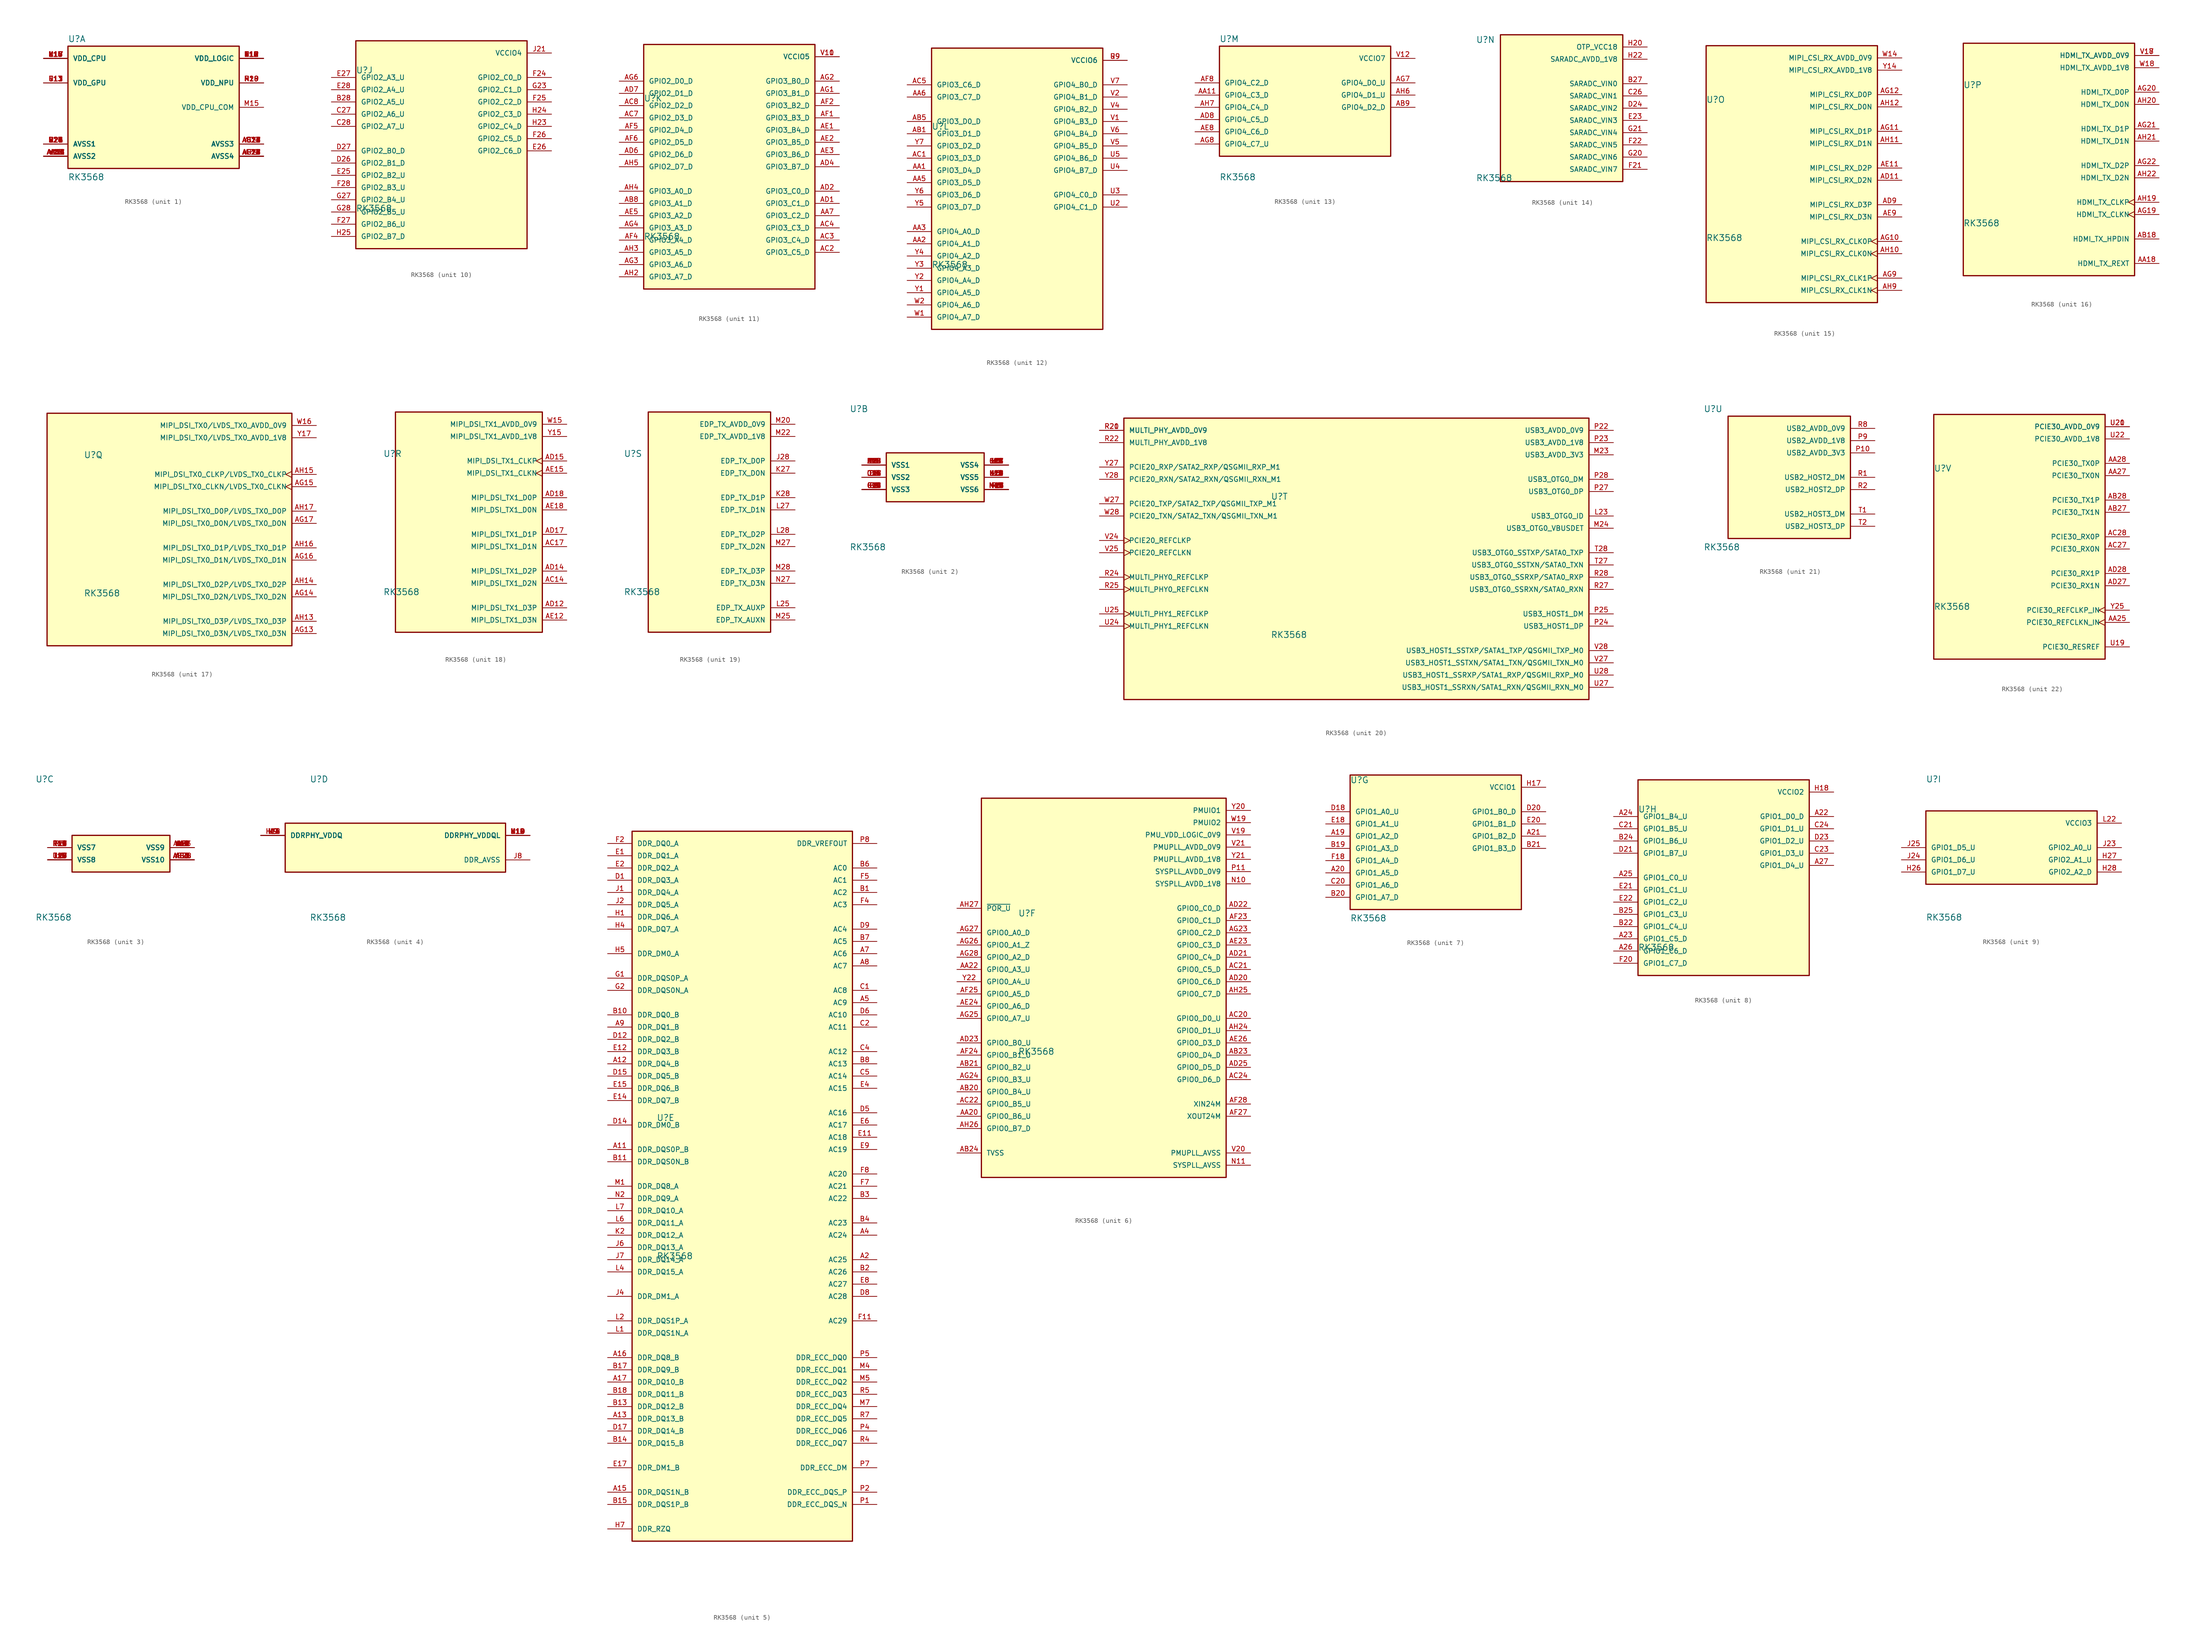
<source format=kicad_sym>
(kicad_symbol_lib
  (version 20211014)
  (generator kicad_symbol_editor)
  (symbol "RK3568"
    (pin_names
      (offset 1.016))
    (property "Reference" "U"
      (at -17.78 13.462 0)
      (effects (font (size 1.27 1.27)) (justify bottom left)))
    (property "Value" "RK3568"
      (at -17.78 -15.24 0)
      (effects (font (size 1.27 1.27)) (justify bottom left)))
    (symbol "RK3568_1_0"
      (rectangle (start -17.78 -12.7) (end 17.78 12.7) (stroke (width 0.254)) (fill (type background)))
      (pin power_in line (at -22.86 10.16 0) (length 5.08) (name "VDD_CPU" (effects (font (size 1.016 1.016)))) (number "J15" (effects (font (size 1.016 1.016)))))
      (pin power_in line (at -22.86 10.16 0) (length 5.08) (name "VDD_CPU" (effects (font (size 1.016 1.016)))) (number "K15" (effects (font (size 1.016 1.016)))))
      (pin power_in line (at -22.86 10.16 0) (length 5.08) (name "VDD_CPU" (effects (font (size 1.016 1.016)))) (number "K16" (effects (font (size 1.016 1.016)))))
      (pin power_in line (at -22.86 10.16 0) (length 5.08) (name "VDD_CPU" (effects (font (size 1.016 1.016)))) (number "K17" (effects (font (size 1.016 1.016)))))
      (pin power_in line (at -22.86 10.16 0) (length 5.08) (name "VDD_CPU" (effects (font (size 1.016 1.016)))) (number "K18" (effects (font (size 1.016 1.016)))))
      (pin power_in line (at -22.86 10.16 0) (length 5.08) (name "VDD_CPU" (effects (font (size 1.016 1.016)))) (number "L15" (effects (font (size 1.016 1.016)))))
      (pin power_in line (at -22.86 10.16 0) (length 5.08) (name "VDD_CPU" (effects (font (size 1.016 1.016)))) (number "L16" (effects (font (size 1.016 1.016)))))
      (pin power_in line (at -22.86 10.16 0) (length 5.08) (name "VDD_CPU" (effects (font (size 1.016 1.016)))) (number "L17" (effects (font (size 1.016 1.016)))))
      (pin power_in line (at -22.86 10.16 0) (length 5.08) (name "VDD_CPU" (effects (font (size 1.016 1.016)))) (number "L18" (effects (font (size 1.016 1.016)))))
      (pin power_in line (at -22.86 10.16 0) (length 5.08) (name "VDD_CPU" (effects (font (size 1.016 1.016)))) (number "M17" (effects (font (size 1.016 1.016)))))
      (pin power_in line (at 22.86 0.0 180.0) (length 5.08) (name "VDD_CPU_COM" (effects (font (size 1.016 1.016)))) (number "M15" (effects (font (size 1.016 1.016)))))
      (pin power_in line (at -22.86 5.08 0) (length 5.08) (name "VDD_GPU" (effects (font (size 1.016 1.016)))) (number "R13" (effects (font (size 1.016 1.016)))))
      (pin power_in line (at -22.86 5.08 0) (length 5.08) (name "VDD_GPU" (effects (font (size 1.016 1.016)))) (number "T13" (effects (font (size 1.016 1.016)))))
      (pin power_in line (at -22.86 5.08 0) (length 5.08) (name "VDD_GPU" (effects (font (size 1.016 1.016)))) (number "U11" (effects (font (size 1.016 1.016)))))
      (pin power_in line (at -22.86 5.08 0) (length 5.08) (name "VDD_GPU" (effects (font (size 1.016 1.016)))) (number "U12" (effects (font (size 1.016 1.016)))))
      (pin power_in line (at -22.86 5.08 0) (length 5.08) (name "VDD_GPU" (effects (font (size 1.016 1.016)))) (number "U13" (effects (font (size 1.016 1.016)))))
      (pin power_in line (at 22.86 10.16 180.0) (length 5.08) (name "VDD_LOGIC" (effects (font (size 1.016 1.016)))) (number "L12" (effects (font (size 1.016 1.016)))))
      (pin power_in line (at 22.86 10.16 180.0) (length 5.08) (name "VDD_LOGIC" (effects (font (size 1.016 1.016)))) (number "M12" (effects (font (size 1.016 1.016)))))
      (pin power_in line (at 22.86 10.16 180.0) (length 5.08) (name "VDD_LOGIC" (effects (font (size 1.016 1.016)))) (number "N13" (effects (font (size 1.016 1.016)))))
      (pin power_in line (at 22.86 10.16 180.0) (length 5.08) (name "VDD_LOGIC" (effects (font (size 1.016 1.016)))) (number "N16" (effects (font (size 1.016 1.016)))))
      (pin power_in line (at 22.86 10.16 180.0) (length 5.08) (name "VDD_LOGIC" (effects (font (size 1.016 1.016)))) (number "P13" (effects (font (size 1.016 1.016)))))
      (pin power_in line (at 22.86 10.16 180.0) (length 5.08) (name "VDD_LOGIC" (effects (font (size 1.016 1.016)))) (number "P16" (effects (font (size 1.016 1.016)))))
      (pin power_in line (at 22.86 10.16 180.0) (length 5.08) (name "VDD_LOGIC" (effects (font (size 1.016 1.016)))) (number "R12" (effects (font (size 1.016 1.016)))))
      (pin power_in line (at 22.86 10.16 180.0) (length 5.08) (name "VDD_LOGIC" (effects (font (size 1.016 1.016)))) (number "R16" (effects (font (size 1.016 1.016)))))
      (pin power_in line (at 22.86 10.16 180.0) (length 5.08) (name "VDD_LOGIC" (effects (font (size 1.016 1.016)))) (number "T12" (effects (font (size 1.016 1.016)))))
      (pin power_in line (at 22.86 10.16 180.0) (length 5.08) (name "VDD_LOGIC" (effects (font (size 1.016 1.016)))) (number "T16" (effects (font (size 1.016 1.016)))))
      (pin power_in line (at 22.86 5.08 180.0) (length 5.08) (name "VDD_NPU" (effects (font (size 1.016 1.016)))) (number "M19" (effects (font (size 1.016 1.016)))))
      (pin power_in line (at 22.86 5.08 180.0) (length 5.08) (name "VDD_NPU" (effects (font (size 1.016 1.016)))) (number "N19" (effects (font (size 1.016 1.016)))))
      (pin power_in line (at 22.86 5.08 180.0) (length 5.08) (name "VDD_NPU" (effects (font (size 1.016 1.016)))) (number "P18" (effects (font (size 1.016 1.016)))))
      (pin power_in line (at 22.86 5.08 180.0) (length 5.08) (name "VDD_NPU" (effects (font (size 1.016 1.016)))) (number "P19" (effects (font (size 1.016 1.016)))))
      (pin power_in line (at 22.86 5.08 180.0) (length 5.08) (name "VDD_NPU" (effects (font (size 1.016 1.016)))) (number "P20" (effects (font (size 1.016 1.016)))))
      (pin power_in line (at -22.86 -7.62 0) (length 5.08) (name "AVSS1" (effects (font (size 1.016 1.016)))) (number "J27" (effects (font (size 1.016 1.016)))))
      (pin power_in line (at -22.86 -7.62 0) (length 5.08) (name "AVSS1" (effects (font (size 1.016 1.016)))) (number "L24" (effects (font (size 1.016 1.016)))))
      (pin power_in line (at -22.86 -7.62 0) (length 5.08) (name "AVSS1" (effects (font (size 1.016 1.016)))) (number "L26" (effects (font (size 1.016 1.016)))))
      (pin power_in line (at -22.86 -7.62 0) (length 5.08) (name "AVSS1" (effects (font (size 1.016 1.016)))) (number "M21" (effects (font (size 1.016 1.016)))))
      (pin power_in line (at -22.86 -7.62 0) (length 5.08) (name "AVSS1" (effects (font (size 1.016 1.016)))) (number "M26" (effects (font (size 1.016 1.016)))))
      (pin power_in line (at -22.86 -7.62 0) (length 5.08) (name "AVSS1" (effects (font (size 1.016 1.016)))) (number "N28" (effects (font (size 1.016 1.016)))))
      (pin power_in line (at -22.86 -7.62 0) (length 5.08) (name "AVSS1" (effects (font (size 1.016 1.016)))) (number "P21" (effects (font (size 1.016 1.016)))))
      (pin power_in line (at -22.86 -7.62 0) (length 5.08) (name "AVSS1" (effects (font (size 1.016 1.016)))) (number "P26" (effects (font (size 1.016 1.016)))))
      (pin power_in line (at -22.86 -7.62 0) (length 5.08) (name "AVSS1" (effects (font (size 1.016 1.016)))) (number "R23" (effects (font (size 1.016 1.016)))))
      (pin power_in line (at -22.86 -7.62 0) (length 5.08) (name "AVSS1" (effects (font (size 1.016 1.016)))) (number "R26" (effects (font (size 1.016 1.016)))))
      (pin power_in line (at -22.86 -7.62 0) (length 5.08) (name "AVSS1" (effects (font (size 1.016 1.016)))) (number "U23" (effects (font (size 1.016 1.016)))))
      (pin power_in line (at -22.86 -7.62 0) (length 5.08) (name "AVSS1" (effects (font (size 1.016 1.016)))) (number "U26" (effects (font (size 1.016 1.016)))))
      (pin power_in line (at -22.86 -7.62 0) (length 5.08) (name "AVSS1" (effects (font (size 1.016 1.016)))) (number "V14" (effects (font (size 1.016 1.016)))))
      (pin power_in line (at -22.86 -7.62 0) (length 5.08) (name "AVSS1" (effects (font (size 1.016 1.016)))) (number "V15" (effects (font (size 1.016 1.016)))))
      (pin power_in line (at -22.86 -7.62 0) (length 5.08) (name "AVSS1" (effects (font (size 1.016 1.016)))) (number "V16" (effects (font (size 1.016 1.016)))))
      (pin power_in line (at -22.86 -10.16 0) (length 5.08) (name "AVSS2" (effects (font (size 1.016 1.016)))) (number "AA12" (effects (font (size 1.016 1.016)))))
      (pin power_in line (at -22.86 -10.16 0) (length 5.08) (name "AVSS2" (effects (font (size 1.016 1.016)))) (number "AA14" (effects (font (size 1.016 1.016)))))
      (pin power_in line (at -22.86 -10.16 0) (length 5.08) (name "AVSS2" (effects (font (size 1.016 1.016)))) (number "AA15" (effects (font (size 1.016 1.016)))))
      (pin power_in line (at -22.86 -10.16 0) (length 5.08) (name "AVSS2" (effects (font (size 1.016 1.016)))) (number "AA17" (effects (font (size 1.016 1.016)))))
      (pin power_in line (at -22.86 -10.16 0) (length 5.08) (name "AVSS2" (effects (font (size 1.016 1.016)))) (number "AA24" (effects (font (size 1.016 1.016)))))
      (pin power_in line (at -22.86 -10.16 0) (length 5.08) (name "AVSS2" (effects (font (size 1.016 1.016)))) (number "AA26" (effects (font (size 1.016 1.016)))))
      (pin power_in line (at -22.86 -10.16 0) (length 5.08) (name "AVSS2" (effects (font (size 1.016 1.016)))) (number "AB11" (effects (font (size 1.016 1.016)))))
      (pin power_in line (at -22.86 -10.16 0) (length 5.08) (name "AVSS2" (effects (font (size 1.016 1.016)))) (number "V22" (effects (font (size 1.016 1.016)))))
      (pin power_in line (at -22.86 -10.16 0) (length 5.08) (name "AVSS2" (effects (font (size 1.016 1.016)))) (number "V23" (effects (font (size 1.016 1.016)))))
      (pin power_in line (at -22.86 -10.16 0) (length 5.08) (name "AVSS2" (effects (font (size 1.016 1.016)))) (number "V26" (effects (font (size 1.016 1.016)))))
      (pin power_in line (at -22.86 -10.16 0) (length 5.08) (name "AVSS2" (effects (font (size 1.016 1.016)))) (number "W17" (effects (font (size 1.016 1.016)))))
      (pin power_in line (at -22.86 -10.16 0) (length 5.08) (name "AVSS2" (effects (font (size 1.016 1.016)))) (number "Y18" (effects (font (size 1.016 1.016)))))
      (pin power_in line (at -22.86 -10.16 0) (length 5.08) (name "AVSS2" (effects (font (size 1.016 1.016)))) (number "Y23" (effects (font (size 1.016 1.016)))))
      (pin power_in line (at -22.86 -10.16 0) (length 5.08) (name "AVSS2" (effects (font (size 1.016 1.016)))) (number "Y24" (effects (font (size 1.016 1.016)))))
      (pin power_in line (at -22.86 -10.16 0) (length 5.08) (name "AVSS2" (effects (font (size 1.016 1.016)))) (number "Y26" (effects (font (size 1.016 1.016)))))
      (pin power_in line (at 22.86 -7.62 180.0) (length 5.08) (name "AVSS3" (effects (font (size 1.016 1.016)))) (number "AB12" (effects (font (size 1.016 1.016)))))
      (pin power_in line (at 22.86 -7.62 180.0) (length 5.08) (name "AVSS3" (effects (font (size 1.016 1.016)))) (number "AB14" (effects (font (size 1.016 1.016)))))
      (pin power_in line (at 22.86 -7.62 180.0) (length 5.08) (name "AVSS3" (effects (font (size 1.016 1.016)))) (number "AB15" (effects (font (size 1.016 1.016)))))
      (pin power_in line (at 22.86 -7.62 180.0) (length 5.08) (name "AVSS3" (effects (font (size 1.016 1.016)))) (number "AB17" (effects (font (size 1.016 1.016)))))
      (pin power_in line (at 22.86 -7.62 180.0) (length 5.08) (name "AVSS3" (effects (font (size 1.016 1.016)))) (number "AC9" (effects (font (size 1.016 1.016)))))
      (pin power_in line (at 22.86 -7.62 180.0) (length 5.08) (name "AVSS3" (effects (font (size 1.016 1.016)))) (number "AC11" (effects (font (size 1.016 1.016)))))
      (pin power_in line (at 22.86 -7.62 180.0) (length 5.08) (name "AVSS3" (effects (font (size 1.016 1.016)))) (number "AC12" (effects (font (size 1.016 1.016)))))
      (pin power_in line (at 22.86 -7.62 180.0) (length 5.08) (name "AVSS3" (effects (font (size 1.016 1.016)))) (number "AC15" (effects (font (size 1.016 1.016)))))
      (pin power_in line (at 22.86 -7.62 180.0) (length 5.08) (name "AVSS3" (effects (font (size 1.016 1.016)))) (number "AC18" (effects (font (size 1.016 1.016)))))
      (pin power_in line (at 22.86 -7.62 180.0) (length 5.08) (name "AVSS3" (effects (font (size 1.016 1.016)))) (number "AC25" (effects (font (size 1.016 1.016)))))
      (pin power_in line (at 22.86 -7.62 180.0) (length 5.08) (name "AVSS3" (effects (font (size 1.016 1.016)))) (number "AC26" (effects (font (size 1.016 1.016)))))
      (pin power_in line (at 22.86 -7.62 180.0) (length 5.08) (name "AVSS3" (effects (font (size 1.016 1.016)))) (number "AD26" (effects (font (size 1.016 1.016)))))
      (pin power_in line (at 22.86 -7.62 180.0) (length 5.08) (name "AVSS3" (effects (font (size 1.016 1.016)))) (number "AE14" (effects (font (size 1.016 1.016)))))
      (pin power_in line (at 22.86 -7.62 180.0) (length 5.08) (name "AVSS3" (effects (font (size 1.016 1.016)))) (number "AE17" (effects (font (size 1.016 1.016)))))
      (pin power_in line (at 22.86 -7.62 180.0) (length 5.08) (name "AVSS3" (effects (font (size 1.016 1.016)))) (number "AE20" (effects (font (size 1.016 1.016)))))
      (pin power_in line (at 22.86 -10.16 180.0) (length 5.08) (name "AVSS4" (effects (font (size 1.016 1.016)))) (number "AE27" (effects (font (size 1.016 1.016)))))
      (pin power_in line (at 22.86 -10.16 180.0) (length 5.08) (name "AVSS4" (effects (font (size 1.016 1.016)))) (number "AE28" (effects (font (size 1.016 1.016)))))
      (pin power_in line (at 22.86 -10.16 180.0) (length 5.08) (name "AVSS4" (effects (font (size 1.016 1.016)))) (number "AF9" (effects (font (size 1.016 1.016)))))
      (pin power_in line (at 22.86 -10.16 180.0) (length 5.08) (name "AVSS4" (effects (font (size 1.016 1.016)))) (number "AF11" (effects (font (size 1.016 1.016)))))
      (pin power_in line (at 22.86 -10.16 180.0) (length 5.08) (name "AVSS4" (effects (font (size 1.016 1.016)))) (number "AF12" (effects (font (size 1.016 1.016)))))
      (pin power_in line (at 22.86 -10.16 180.0) (length 5.08) (name "AVSS4" (effects (font (size 1.016 1.016)))) (number "AF14" (effects (font (size 1.016 1.016)))))
      (pin power_in line (at 22.86 -10.16 180.0) (length 5.08) (name "AVSS4" (effects (font (size 1.016 1.016)))) (number "AF15" (effects (font (size 1.016 1.016)))))
      (pin power_in line (at 22.86 -10.16 180.0) (length 5.08) (name "AVSS4" (effects (font (size 1.016 1.016)))) (number "AF17" (effects (font (size 1.016 1.016)))))
      (pin power_in line (at 22.86 -10.16 180.0) (length 5.08) (name "AVSS4" (effects (font (size 1.016 1.016)))) (number "AF18" (effects (font (size 1.016 1.016)))))
      (pin power_in line (at 22.86 -10.16 180.0) (length 5.08) (name "AVSS4" (effects (font (size 1.016 1.016)))) (number "AF20" (effects (font (size 1.016 1.016)))))
      (pin power_in line (at 22.86 -10.16 180.0) (length 5.08) (name "AVSS4" (effects (font (size 1.016 1.016)))) (number "AF21" (effects (font (size 1.016 1.016)))))
      (pin power_in line (at 22.86 -10.16 180.0) (length 5.08) (name "AVSS4" (effects (font (size 1.016 1.016)))) (number "AG18" (effects (font (size 1.016 1.016)))))
      (pin power_in line (at 22.86 -10.16 180.0) (length 5.08) (name "AVSS4" (effects (font (size 1.016 1.016)))) (number "AH18" (effects (font (size 1.016 1.016)))))
      (pin power_in line (at 22.86 -10.16 180.0) (length 5.08) (name "AVSS4" (effects (font (size 1.016 1.016)))) (number "AH23" (effects (font (size 1.016 1.016))))))
    (symbol "RK3568_2_0"
      (rectangle (start -10.16 -5.08) (end 10.16 5.08) (stroke (width 0.254)) (fill (type background)))
      (pin power_in line (at -15.24 2.54 0) (length 5.08) (name "VSS1" (effects (font (size 1.016 1.016)))) (number "A1" (effects (font (size 1.016 1.016)))))
      (pin power_in line (at -15.24 2.54 0) (length 5.08) (name "VSS1" (effects (font (size 1.016 1.016)))) (number "A3" (effects (font (size 1.016 1.016)))))
      (pin power_in line (at -15.24 2.54 0) (length 5.08) (name "VSS1" (effects (font (size 1.016 1.016)))) (number "A6" (effects (font (size 1.016 1.016)))))
      (pin power_in line (at -15.24 2.54 0) (length 5.08) (name "VSS1" (effects (font (size 1.016 1.016)))) (number "A10" (effects (font (size 1.016 1.016)))))
      (pin power_in line (at -15.24 2.54 0) (length 5.08) (name "VSS1" (effects (font (size 1.016 1.016)))) (number "A14" (effects (font (size 1.016 1.016)))))
      (pin power_in line (at -15.24 2.54 0) (length 5.08) (name "VSS1" (effects (font (size 1.016 1.016)))) (number "A18" (effects (font (size 1.016 1.016)))))
      (pin power_in line (at -15.24 2.54 0) (length 5.08) (name "VSS1" (effects (font (size 1.016 1.016)))) (number "A28" (effects (font (size 1.016 1.016)))))
      (pin power_in line (at -15.24 2.54 0) (length 5.08) (name "VSS1" (effects (font (size 1.016 1.016)))) (number "B5" (effects (font (size 1.016 1.016)))))
      (pin power_in line (at -15.24 2.54 0) (length 5.08) (name "VSS1" (effects (font (size 1.016 1.016)))) (number "B9" (effects (font (size 1.016 1.016)))))
      (pin power_in line (at -15.24 2.54 0) (length 5.08) (name "VSS1" (effects (font (size 1.016 1.016)))) (number "B12" (effects (font (size 1.016 1.016)))))
      (pin power_in line (at -15.24 2.54 0) (length 5.08) (name "VSS1" (effects (font (size 1.016 1.016)))) (number "B16" (effects (font (size 1.016 1.016)))))
      (pin power_in line (at -15.24 2.54 0) (length 5.08) (name "VSS1" (effects (font (size 1.016 1.016)))) (number "B23" (effects (font (size 1.016 1.016)))))
      (pin power_in line (at -15.24 2.54 0) (length 5.08) (name "VSS1" (effects (font (size 1.016 1.016)))) (number "B26" (effects (font (size 1.016 1.016)))))
      (pin power_in line (at -15.24 2.54 0) (length 5.08) (name "VSS1" (effects (font (size 1.016 1.016)))) (number "C3" (effects (font (size 1.016 1.016)))))
      (pin power_in line (at -15.24 2.54 0) (length 5.08) (name "VSS1" (effects (font (size 1.016 1.016)))) (number "C6" (effects (font (size 1.016 1.016)))))
      (pin power_in line (at -15.24 0.0 0) (length 5.08) (name "VSS2" (effects (font (size 1.016 1.016)))) (number "C8" (effects (font (size 1.016 1.016)))))
      (pin power_in line (at -15.24 0.0 0) (length 5.08) (name "VSS2" (effects (font (size 1.016 1.016)))) (number "C9" (effects (font (size 1.016 1.016)))))
      (pin power_in line (at -15.24 0.0 0) (length 5.08) (name "VSS2" (effects (font (size 1.016 1.016)))) (number "C11" (effects (font (size 1.016 1.016)))))
      (pin power_in line (at -15.24 0.0 0) (length 5.08) (name "VSS2" (effects (font (size 1.016 1.016)))) (number "C12" (effects (font (size 1.016 1.016)))))
      (pin power_in line (at -15.24 0.0 0) (length 5.08) (name "VSS2" (effects (font (size 1.016 1.016)))) (number "C14" (effects (font (size 1.016 1.016)))))
      (pin power_in line (at -15.24 0.0 0) (length 5.08) (name "VSS2" (effects (font (size 1.016 1.016)))) (number "C15" (effects (font (size 1.016 1.016)))))
      (pin power_in line (at -15.24 0.0 0) (length 5.08) (name "VSS2" (effects (font (size 1.016 1.016)))) (number "C17" (effects (font (size 1.016 1.016)))))
      (pin power_in line (at -15.24 0.0 0) (length 5.08) (name "VSS2" (effects (font (size 1.016 1.016)))) (number "C18" (effects (font (size 1.016 1.016)))))
      (pin power_in line (at -15.24 0.0 0) (length 5.08) (name "VSS2" (effects (font (size 1.016 1.016)))) (number "C25" (effects (font (size 1.016 1.016)))))
      (pin power_in line (at -15.24 0.0 0) (length 5.08) (name "VSS2" (effects (font (size 1.016 1.016)))) (number "D2" (effects (font (size 1.016 1.016)))))
      (pin power_in line (at -15.24 0.0 0) (length 5.08) (name "VSS2" (effects (font (size 1.016 1.016)))) (number "D3" (effects (font (size 1.016 1.016)))))
      (pin power_in line (at -15.24 0.0 0) (length 5.08) (name "VSS2" (effects (font (size 1.016 1.016)))) (number "D11" (effects (font (size 1.016 1.016)))))
      (pin power_in line (at -15.24 0.0 0) (length 5.08) (name "VSS2" (effects (font (size 1.016 1.016)))) (number "D28" (effects (font (size 1.016 1.016)))))
      (pin power_in line (at -15.24 0.0 0) (length 5.08) (name "VSS2" (effects (font (size 1.016 1.016)))) (number "E3" (effects (font (size 1.016 1.016)))))
      (pin power_in line (at -15.24 0.0 0) (length 5.08) (name "VSS2" (effects (font (size 1.016 1.016)))) (number "E7" (effects (font (size 1.016 1.016)))))
      (pin power_in line (at -15.24 -2.54 0) (length 5.08) (name "VSS3" (effects (font (size 1.016 1.016)))) (number "F1" (effects (font (size 1.016 1.016)))))
      (pin power_in line (at -15.24 -2.54 0) (length 5.08) (name "VSS3" (effects (font (size 1.016 1.016)))) (number "F3" (effects (font (size 1.016 1.016)))))
      (pin power_in line (at -15.24 -2.54 0) (length 5.08) (name "VSS3" (effects (font (size 1.016 1.016)))) (number "F9" (effects (font (size 1.016 1.016)))))
      (pin power_in line (at -15.24 -2.54 0) (length 5.08) (name "VSS3" (effects (font (size 1.016 1.016)))) (number "F12" (effects (font (size 1.016 1.016)))))
      (pin power_in line (at -15.24 -2.54 0) (length 5.08) (name "VSS3" (effects (font (size 1.016 1.016)))) (number "F14" (effects (font (size 1.016 1.016)))))
      (pin power_in line (at -15.24 -2.54 0) (length 5.08) (name "VSS3" (effects (font (size 1.016 1.016)))) (number "F15" (effects (font (size 1.016 1.016)))))
      (pin power_in line (at -15.24 -2.54 0) (length 5.08) (name "VSS3" (effects (font (size 1.016 1.016)))) (number "F17" (effects (font (size 1.016 1.016)))))
      (pin power_in line (at -15.24 -2.54 0) (length 5.08) (name "VSS3" (effects (font (size 1.016 1.016)))) (number "G5" (effects (font (size 1.016 1.016)))))
      (pin power_in line (at -15.24 -2.54 0) (length 5.08) (name "VSS3" (effects (font (size 1.016 1.016)))) (number "G6" (effects (font (size 1.016 1.016)))))
      (pin power_in line (at -15.24 -2.54 0) (length 5.08) (name "VSS3" (effects (font (size 1.016 1.016)))) (number "G8" (effects (font (size 1.016 1.016)))))
      (pin power_in line (at -15.24 -2.54 0) (length 5.08) (name "VSS3" (effects (font (size 1.016 1.016)))) (number "G9" (effects (font (size 1.016 1.016)))))
      (pin power_in line (at -15.24 -2.54 0) (length 5.08) (name "VSS3" (effects (font (size 1.016 1.016)))) (number "G11" (effects (font (size 1.016 1.016)))))
      (pin power_in line (at -15.24 -2.54 0) (length 5.08) (name "VSS3" (effects (font (size 1.016 1.016)))) (number "G12" (effects (font (size 1.016 1.016)))))
      (pin power_in line (at -15.24 -2.54 0) (length 5.08) (name "VSS3" (effects (font (size 1.016 1.016)))) (number "G14" (effects (font (size 1.016 1.016)))))
      (pin power_in line (at -15.24 -2.54 0) (length 5.08) (name "VSS3" (effects (font (size 1.016 1.016)))) (number "G15" (effects (font (size 1.016 1.016)))))
      (pin power_in line (at 15.24 2.54 180.0) (length 5.08) (name "VSS4" (effects (font (size 1.016 1.016)))) (number "G17" (effects (font (size 1.016 1.016)))))
      (pin power_in line (at 15.24 2.54 180.0) (length 5.08) (name "VSS4" (effects (font (size 1.016 1.016)))) (number "G18" (effects (font (size 1.016 1.016)))))
      (pin power_in line (at 15.24 2.54 180.0) (length 5.08) (name "VSS4" (effects (font (size 1.016 1.016)))) (number "G24" (effects (font (size 1.016 1.016)))))
      (pin power_in line (at 15.24 2.54 180.0) (length 5.08) (name "VSS4" (effects (font (size 1.016 1.016)))) (number "H2" (effects (font (size 1.016 1.016)))))
      (pin power_in line (at 15.24 2.54 180.0) (length 5.08) (name "VSS4" (effects (font (size 1.016 1.016)))) (number "H3" (effects (font (size 1.016 1.016)))))
      (pin power_in line (at 15.24 2.54 180.0) (length 5.08) (name "VSS4" (effects (font (size 1.016 1.016)))) (number "H6" (effects (font (size 1.016 1.016)))))
      (pin power_in line (at 15.24 2.54 180.0) (length 5.08) (name "VSS4" (effects (font (size 1.016 1.016)))) (number "J3" (effects (font (size 1.016 1.016)))))
      (pin power_in line (at 15.24 2.54 180.0) (length 5.08) (name "VSS4" (effects (font (size 1.016 1.016)))) (number "J5" (effects (font (size 1.016 1.016)))))
      (pin power_in line (at 15.24 2.54 180.0) (length 5.08) (name "VSS4" (effects (font (size 1.016 1.016)))) (number "J17" (effects (font (size 1.016 1.016)))))
      (pin power_in line (at 15.24 2.54 180.0) (length 5.08) (name "VSS4" (effects (font (size 1.016 1.016)))) (number "J18" (effects (font (size 1.016 1.016)))))
      (pin power_in line (at 15.24 2.54 180.0) (length 5.08) (name "VSS4" (effects (font (size 1.016 1.016)))) (number "J20" (effects (font (size 1.016 1.016)))))
      (pin power_in line (at 15.24 2.54 180.0) (length 5.08) (name "VSS4" (effects (font (size 1.016 1.016)))) (number "J22" (effects (font (size 1.016 1.016)))))
      (pin power_in line (at 15.24 2.54 180.0) (length 5.08) (name "VSS4" (effects (font (size 1.016 1.016)))) (number "J26" (effects (font (size 1.016 1.016)))))
      (pin power_in line (at 15.24 2.54 180.0) (length 5.08) (name "VSS4" (effects (font (size 1.016 1.016)))) (number "K1" (effects (font (size 1.016 1.016)))))
      (pin power_in line (at 15.24 2.54 180.0) (length 5.08) (name "VSS4" (effects (font (size 1.016 1.016)))) (number "K11" (effects (font (size 1.016 1.016)))))
      (pin power_in line (at 15.24 0.0 180.0) (length 5.08) (name "VSS5" (effects (font (size 1.016 1.016)))) (number "K12" (effects (font (size 1.016 1.016)))))
      (pin power_in line (at 15.24 0.0 180.0) (length 5.08) (name "VSS5" (effects (font (size 1.016 1.016)))) (number "K13" (effects (font (size 1.016 1.016)))))
      (pin power_in line (at 15.24 0.0 180.0) (length 5.08) (name "VSS5" (effects (font (size 1.016 1.016)))) (number "K14" (effects (font (size 1.016 1.016)))))
      (pin power_in line (at 15.24 0.0 180.0) (length 5.08) (name "VSS5" (effects (font (size 1.016 1.016)))) (number "K19" (effects (font (size 1.016 1.016)))))
      (pin power_in line (at 15.24 0.0 180.0) (length 5.08) (name "VSS5" (effects (font (size 1.016 1.016)))) (number "L3" (effects (font (size 1.016 1.016)))))
      (pin power_in line (at 15.24 0.0 180.0) (length 5.08) (name "VSS5" (effects (font (size 1.016 1.016)))) (number "L5" (effects (font (size 1.016 1.016)))))
      (pin power_in line (at 15.24 0.0 180.0) (length 5.08) (name "VSS5" (effects (font (size 1.016 1.016)))) (number "L8" (effects (font (size 1.016 1.016)))))
      (pin power_in line (at 15.24 0.0 180.0) (length 5.08) (name "VSS5" (effects (font (size 1.016 1.016)))) (number "L11" (effects (font (size 1.016 1.016)))))
      (pin power_in line (at 15.24 0.0 180.0) (length 5.08) (name "VSS5" (effects (font (size 1.016 1.016)))) (number "L13" (effects (font (size 1.016 1.016)))))
      (pin power_in line (at 15.24 0.0 180.0) (length 5.08) (name "VSS5" (effects (font (size 1.016 1.016)))) (number "L14" (effects (font (size 1.016 1.016)))))
      (pin power_in line (at 15.24 0.0 180.0) (length 5.08) (name "VSS5" (effects (font (size 1.016 1.016)))) (number "L19" (effects (font (size 1.016 1.016)))))
      (pin power_in line (at 15.24 0.0 180.0) (length 5.08) (name "VSS5" (effects (font (size 1.016 1.016)))) (number "L20" (effects (font (size 1.016 1.016)))))
      (pin power_in line (at 15.24 0.0 180.0) (length 5.08) (name "VSS5" (effects (font (size 1.016 1.016)))) (number "L21" (effects (font (size 1.016 1.016)))))
      (pin power_in line (at 15.24 0.0 180.0) (length 5.08) (name "VSS5" (effects (font (size 1.016 1.016)))) (number "M2" (effects (font (size 1.016 1.016)))))
      (pin power_in line (at 15.24 0.0 180.0) (length 5.08) (name "VSS5" (effects (font (size 1.016 1.016)))) (number "M3" (effects (font (size 1.016 1.016)))))
      (pin power_in line (at 15.24 -2.54 180.0) (length 5.08) (name "VSS6" (effects (font (size 1.016 1.016)))) (number "M6" (effects (font (size 1.016 1.016)))))
      (pin power_in line (at 15.24 -2.54 180.0) (length 5.08) (name "VSS6" (effects (font (size 1.016 1.016)))) (number "M8" (effects (font (size 1.016 1.016)))))
      (pin power_in line (at 15.24 -2.54 180.0) (length 5.08) (name "VSS6" (effects (font (size 1.016 1.016)))) (number "M11" (effects (font (size 1.016 1.016)))))
      (pin power_in line (at 15.24 -2.54 180.0) (length 5.08) (name "VSS6" (effects (font (size 1.016 1.016)))) (number "M13" (effects (font (size 1.016 1.016)))))
      (pin power_in line (at 15.24 -2.54 180.0) (length 5.08) (name "VSS6" (effects (font (size 1.016 1.016)))) (number "M14" (effects (font (size 1.016 1.016)))))
      (pin power_in line (at 15.24 -2.54 180.0) (length 5.08) (name "VSS6" (effects (font (size 1.016 1.016)))) (number "M16" (effects (font (size 1.016 1.016)))))
      (pin power_in line (at 15.24 -2.54 180.0) (length 5.08) (name "VSS6" (effects (font (size 1.016 1.016)))) (number "M18" (effects (font (size 1.016 1.016)))))
      (pin power_in line (at 15.24 -2.54 180.0) (length 5.08) (name "VSS6" (effects (font (size 1.016 1.016)))) (number "N1" (effects (font (size 1.016 1.016)))))
      (pin power_in line (at 15.24 -2.54 180.0) (length 5.08) (name "VSS6" (effects (font (size 1.016 1.016)))) (number "N12" (effects (font (size 1.016 1.016)))))
      (pin power_in line (at 15.24 -2.54 180.0) (length 5.08) (name "VSS6" (effects (font (size 1.016 1.016)))) (number "N14" (effects (font (size 1.016 1.016)))))
      (pin power_in line (at 15.24 -2.54 180.0) (length 5.08) (name "VSS6" (effects (font (size 1.016 1.016)))) (number "N15" (effects (font (size 1.016 1.016)))))
      (pin power_in line (at 15.24 -2.54 180.0) (length 5.08) (name "VSS6" (effects (font (size 1.016 1.016)))) (number "N17" (effects (font (size 1.016 1.016)))))
      (pin power_in line (at 15.24 -2.54 180.0) (length 5.08) (name "VSS6" (effects (font (size 1.016 1.016)))) (number "N18" (effects (font (size 1.016 1.016)))))
      (pin power_in line (at 15.24 -2.54 180.0) (length 5.08) (name "VSS6" (effects (font (size 1.016 1.016)))) (number "P3" (effects (font (size 1.016 1.016)))))
      (pin power_in line (at 15.24 -2.54 180.0) (length 5.08) (name "VSS6" (effects (font (size 1.016 1.016)))) (number "P6" (effects (font (size 1.016 1.016))))))
    (symbol "RK3568_3_0"
      (rectangle (start -10.16 -5.08) (end 10.16 2.54) (stroke (width 0.254)) (fill (type background)))
      (pin power_in line (at 15.24 -2.54 180.0) (length 5.08) (name "VSS10" (effects (font (size 1.016 1.016)))) (number "AB2" (effects (font (size 1.016 1.016)))))
      (pin power_in line (at 15.24 -2.54 180.0) (length 5.08) (name "VSS10" (effects (font (size 1.016 1.016)))) (number "AB6" (effects (font (size 1.016 1.016)))))
      (pin power_in line (at 15.24 -2.54 180.0) (length 5.08) (name "VSS10" (effects (font (size 1.016 1.016)))) (number "AD3" (effects (font (size 1.016 1.016)))))
      (pin power_in line (at 15.24 -2.54 180.0) (length 5.08) (name "VSS10" (effects (font (size 1.016 1.016)))) (number "AE6" (effects (font (size 1.016 1.016)))))
      (pin power_in line (at 15.24 -2.54 180.0) (length 5.08) (name "VSS10" (effects (font (size 1.016 1.016)))) (number "AE21" (effects (font (size 1.016 1.016)))))
      (pin power_in line (at 15.24 -2.54 180.0) (length 5.08) (name "VSS10" (effects (font (size 1.016 1.016)))) (number "AF3" (effects (font (size 1.016 1.016)))))
      (pin power_in line (at 15.24 -2.54 180.0) (length 5.08) (name "VSS10" (effects (font (size 1.016 1.016)))) (number "AF26" (effects (font (size 1.016 1.016)))))
      (pin power_in line (at 15.24 -2.54 180.0) (length 5.08) (name "VSS10" (effects (font (size 1.016 1.016)))) (number "AG5" (effects (font (size 1.016 1.016)))))
      (pin power_in line (at 15.24 -2.54 180.0) (length 5.08) (name "VSS10" (effects (font (size 1.016 1.016)))) (number "AH1" (effects (font (size 1.016 1.016)))))
      (pin power_in line (at 15.24 -2.54 180.0) (length 5.08) (name "VSS10" (effects (font (size 1.016 1.016)))) (number "AH8" (effects (font (size 1.016 1.016)))))
      (pin power_in line (at 15.24 -2.54 180.0) (length 5.08) (name "VSS10" (effects (font (size 1.016 1.016)))) (number "AH28" (effects (font (size 1.016 1.016)))))
      (pin power_in line (at -15.24 0.0 0) (length 5.08) (name "VSS7" (effects (font (size 1.016 1.016)))) (number "P12" (effects (font (size 1.016 1.016)))))
      (pin power_in line (at -15.24 0.0 0) (length 5.08) (name "VSS7" (effects (font (size 1.016 1.016)))) (number "P14" (effects (font (size 1.016 1.016)))))
      (pin power_in line (at -15.24 0.0 0) (length 5.08) (name "VSS7" (effects (font (size 1.016 1.016)))) (number "P15" (effects (font (size 1.016 1.016)))))
      (pin power_in line (at -15.24 0.0 0) (length 5.08) (name "VSS7" (effects (font (size 1.016 1.016)))) (number "P17" (effects (font (size 1.016 1.016)))))
      (pin power_in line (at -15.24 0.0 0) (length 5.08) (name "VSS7" (effects (font (size 1.016 1.016)))) (number "R3" (effects (font (size 1.016 1.016)))))
      (pin power_in line (at -15.24 0.0 0) (length 5.08) (name "VSS7" (effects (font (size 1.016 1.016)))) (number "R6" (effects (font (size 1.016 1.016)))))
      (pin power_in line (at -15.24 0.0 0) (length 5.08) (name "VSS7" (effects (font (size 1.016 1.016)))) (number "R10" (effects (font (size 1.016 1.016)))))
      (pin power_in line (at -15.24 0.0 0) (length 5.08) (name "VSS7" (effects (font (size 1.016 1.016)))) (number "R11" (effects (font (size 1.016 1.016)))))
      (pin power_in line (at -15.24 0.0 0) (length 5.08) (name "VSS7" (effects (font (size 1.016 1.016)))) (number "R14" (effects (font (size 1.016 1.016)))))
      (pin power_in line (at -15.24 0.0 0) (length 5.08) (name "VSS7" (effects (font (size 1.016 1.016)))) (number "R15" (effects (font (size 1.016 1.016)))))
      (pin power_in line (at -15.24 0.0 0) (length 5.08) (name "VSS7" (effects (font (size 1.016 1.016)))) (number "R17" (effects (font (size 1.016 1.016)))))
      (pin power_in line (at -15.24 0.0 0) (length 5.08) (name "VSS7" (effects (font (size 1.016 1.016)))) (number "R18" (effects (font (size 1.016 1.016)))))
      (pin power_in line (at -15.24 0.0 0) (length 5.08) (name "VSS7" (effects (font (size 1.016 1.016)))) (number "R19" (effects (font (size 1.016 1.016)))))
      (pin power_in line (at -15.24 0.0 0) (length 5.08) (name "VSS7" (effects (font (size 1.016 1.016)))) (number "T10" (effects (font (size 1.016 1.016)))))
      (pin power_in line (at -15.24 0.0 0) (length 5.08) (name "VSS7" (effects (font (size 1.016 1.016)))) (number "T11" (effects (font (size 1.016 1.016)))))
      (pin power_in line (at -15.24 -2.54 0) (length 5.08) (name "VSS8" (effects (font (size 1.016 1.016)))) (number "T14" (effects (font (size 1.016 1.016)))))
      (pin power_in line (at -15.24 -2.54 0) (length 5.08) (name "VSS8" (effects (font (size 1.016 1.016)))) (number "T15" (effects (font (size 1.016 1.016)))))
      (pin power_in line (at -15.24 -2.54 0) (length 5.08) (name "VSS8" (effects (font (size 1.016 1.016)))) (number "T17" (effects (font (size 1.016 1.016)))))
      (pin power_in line (at -15.24 -2.54 0) (length 5.08) (name "VSS8" (effects (font (size 1.016 1.016)))) (number "T18" (effects (font (size 1.016 1.016)))))
      (pin power_in line (at -15.24 -2.54 0) (length 5.08) (name "VSS8" (effects (font (size 1.016 1.016)))) (number "T19" (effects (font (size 1.016 1.016)))))
      (pin power_in line (at -15.24 -2.54 0) (length 5.08) (name "VSS8" (effects (font (size 1.016 1.016)))) (number "U1" (effects (font (size 1.016 1.016)))))
      (pin power_in line (at -15.24 -2.54 0) (length 5.08) (name "VSS8" (effects (font (size 1.016 1.016)))) (number "U6" (effects (font (size 1.016 1.016)))))
      (pin power_in line (at -15.24 -2.54 0) (length 5.08) (name "VSS8" (effects (font (size 1.016 1.016)))) (number "U7" (effects (font (size 1.016 1.016)))))
      (pin power_in line (at -15.24 -2.54 0) (length 5.08) (name "VSS8" (effects (font (size 1.016 1.016)))) (number "U8" (effects (font (size 1.016 1.016)))))
      (pin power_in line (at -15.24 -2.54 0) (length 5.08) (name "VSS8" (effects (font (size 1.016 1.016)))) (number "U10" (effects (font (size 1.016 1.016)))))
      (pin power_in line (at -15.24 -2.54 0) (length 5.08) (name "VSS8" (effects (font (size 1.016 1.016)))) (number "U14" (effects (font (size 1.016 1.016)))))
      (pin power_in line (at -15.24 -2.54 0) (length 5.08) (name "VSS8" (effects (font (size 1.016 1.016)))) (number "U15" (effects (font (size 1.016 1.016)))))
      (pin power_in line (at -15.24 -2.54 0) (length 5.08) (name "VSS8" (effects (font (size 1.016 1.016)))) (number "U16" (effects (font (size 1.016 1.016)))))
      (pin power_in line (at -15.24 -2.54 0) (length 5.08) (name "VSS8" (effects (font (size 1.016 1.016)))) (number "U17" (effects (font (size 1.016 1.016)))))
      (pin power_in line (at -15.24 -2.54 0) (length 5.08) (name "VSS8" (effects (font (size 1.016 1.016)))) (number "U18" (effects (font (size 1.016 1.016)))))
      (pin power_in line (at 15.24 0.0 180.0) (length 5.08) (name "VSS9" (effects (font (size 1.016 1.016)))) (number "AA4" (effects (font (size 1.016 1.016)))))
      (pin power_in line (at 15.24 0.0 180.0) (length 5.08) (name "VSS9" (effects (font (size 1.016 1.016)))) (number "AA9" (effects (font (size 1.016 1.016)))))
      (pin power_in line (at 15.24 0.0 180.0) (length 5.08) (name "VSS9" (effects (font (size 1.016 1.016)))) (number "AA23" (effects (font (size 1.016 1.016)))))
      (pin power_in line (at 15.24 0.0 180.0) (length 5.08) (name "VSS9" (effects (font (size 1.016 1.016)))) (number "V3" (effects (font (size 1.016 1.016)))))
      (pin power_in line (at 15.24 0.0 180.0) (length 5.08) (name "VSS9" (effects (font (size 1.016 1.016)))) (number "V8" (effects (font (size 1.016 1.016)))))
      (pin power_in line (at 15.24 0.0 180.0) (length 5.08) (name "VSS9" (effects (font (size 1.016 1.016)))) (number "V9" (effects (font (size 1.016 1.016)))))
      (pin power_in line (at 15.24 0.0 180.0) (length 5.08) (name "VSS9" (effects (font (size 1.016 1.016)))) (number "V13" (effects (font (size 1.016 1.016)))))
      (pin power_in line (at 15.24 0.0 180.0) (length 5.08) (name "VSS9" (effects (font (size 1.016 1.016)))) (number "W10" (effects (font (size 1.016 1.016)))))
      (pin power_in line (at 15.24 0.0 180.0) (length 5.08) (name "VSS9" (effects (font (size 1.016 1.016)))) (number "W11" (effects (font (size 1.016 1.016)))))
      (pin power_in line (at 15.24 0.0 180.0) (length 5.08) (name "VSS9" (effects (font (size 1.016 1.016)))) (number "W12" (effects (font (size 1.016 1.016)))))
      (pin power_in line (at 15.24 0.0 180.0) (length 5.08) (name "VSS9" (effects (font (size 1.016 1.016)))) (number "W13" (effects (font (size 1.016 1.016)))))
      (pin power_in line (at 15.24 0.0 180.0) (length 5.08) (name "VSS9" (effects (font (size 1.016 1.016)))) (number "Y8" (effects (font (size 1.016 1.016)))))
      (pin power_in line (at 15.24 0.0 180.0) (length 5.08) (name "VSS9" (effects (font (size 1.016 1.016)))) (number "Y9" (effects (font (size 1.016 1.016)))))
      (pin power_in line (at 15.24 0.0 180.0) (length 5.08) (name "VSS9" (effects (font (size 1.016 1.016)))) (number "Y11" (effects (font (size 1.016 1.016)))))
      (pin power_in line (at 15.24 0.0 180.0) (length 5.08) (name "VSS9" (effects (font (size 1.016 1.016)))) (number "Y12" (effects (font (size 1.016 1.016))))))
    (symbol "RK3568_4_0"
      (rectangle (start -22.86 -5.08) (end 22.86 5.08) (stroke (width 0.254)) (fill (type background)))
      (pin power_in line (at -27.94 2.54 0) (length 5.08) (name "DDRPHY_VDDQ" (effects (font (size 1.016 1.016)))) (number "H9" (effects (font (size 1.016 1.016)))))
      (pin power_in line (at -27.94 2.54 0) (length 5.08) (name "DDRPHY_VDDQ" (effects (font (size 1.016 1.016)))) (number "H11" (effects (font (size 1.016 1.016)))))
      (pin power_in line (at -27.94 2.54 0) (length 5.08) (name "DDRPHY_VDDQ" (effects (font (size 1.016 1.016)))) (number "H12" (effects (font (size 1.016 1.016)))))
      (pin power_in line (at -27.94 2.54 0) (length 5.08) (name "DDRPHY_VDDQ" (effects (font (size 1.016 1.016)))) (number "H14" (effects (font (size 1.016 1.016)))))
      (pin power_in line (at -27.94 2.54 0) (length 5.08) (name "DDRPHY_VDDQ" (effects (font (size 1.016 1.016)))) (number "H15" (effects (font (size 1.016 1.016)))))
      (pin power_in line (at -27.94 2.54 0) (length 5.08) (name "DDRPHY_VDDQ" (effects (font (size 1.016 1.016)))) (number "J9" (effects (font (size 1.016 1.016)))))
      (pin power_in line (at -27.94 2.54 0) (length 5.08) (name "DDRPHY_VDDQ" (effects (font (size 1.016 1.016)))) (number "L9" (effects (font (size 1.016 1.016)))))
      (pin power_in line (at -27.94 2.54 0) (length 5.08) (name "DDRPHY_VDDQ" (effects (font (size 1.016 1.016)))) (number "M9" (effects (font (size 1.016 1.016)))))
      (pin power_in line (at 27.94 2.54 180.0) (length 5.08) (name "DDRPHY_VDDQL" (effects (font (size 1.016 1.016)))) (number "J11" (effects (font (size 1.016 1.016)))))
      (pin power_in line (at 27.94 2.54 180.0) (length 5.08) (name "DDRPHY_VDDQL" (effects (font (size 1.016 1.016)))) (number "J12" (effects (font (size 1.016 1.016)))))
      (pin power_in line (at 27.94 2.54 180.0) (length 5.08) (name "DDRPHY_VDDQL" (effects (font (size 1.016 1.016)))) (number "J14" (effects (font (size 1.016 1.016)))))
      (pin power_in line (at 27.94 2.54 180.0) (length 5.08) (name "DDRPHY_VDDQL" (effects (font (size 1.016 1.016)))) (number "K10" (effects (font (size 1.016 1.016)))))
      (pin power_in line (at 27.94 2.54 180.0) (length 5.08) (name "DDRPHY_VDDQL" (effects (font (size 1.016 1.016)))) (number "L10" (effects (font (size 1.016 1.016)))))
      (pin power_in line (at 27.94 2.54 180.0) (length 5.08) (name "DDRPHY_VDDQL" (effects (font (size 1.016 1.016)))) (number "M10" (effects (font (size 1.016 1.016)))))
      (pin power_in line (at 27.94 -2.54 180.0) (length 5.08) (name "DDR_AVSS" (effects (font (size 1.016 1.016)))) (number "J8" (effects (font (size 1.016 1.016))))))
    (symbol "RK3568_5_0"
      (rectangle (start -22.86 -73.66) (end 22.86 73.66) (stroke (width 0.254)) (fill (type background)))
      (pin bidirectional line (at -27.94 48.26 0) (length 5.08) (name "DDR_DM0_A" (effects (font (size 1.016 1.016)))) (number "H5" (effects (font (size 1.016 1.016)))))
      (pin bidirectional line (at -27.94 12.7 0) (length 5.08) (name "DDR_DM0_B" (effects (font (size 1.016 1.016)))) (number "D14" (effects (font (size 1.016 1.016)))))
      (pin bidirectional line (at -27.94 -22.86 0) (length 5.08) (name "DDR_DM1_A" (effects (font (size 1.016 1.016)))) (number "J4" (effects (font (size 1.016 1.016)))))
      (pin bidirectional line (at -27.94 -58.42 0) (length 5.08) (name "DDR_DM1_B" (effects (font (size 1.016 1.016)))) (number "E17" (effects (font (size 1.016 1.016)))))
      (pin bidirectional line (at -27.94 71.12 0) (length 5.08) (name "DDR_DQ0_A" (effects (font (size 1.016 1.016)))) (number "F2" (effects (font (size 1.016 1.016)))))
      (pin bidirectional line (at -27.94 35.56 0) (length 5.08) (name "DDR_DQ0_B" (effects (font (size 1.016 1.016)))) (number "B10" (effects (font (size 1.016 1.016)))))
      (pin bidirectional line (at -27.94 68.58 0) (length 5.08) (name "DDR_DQ1_A" (effects (font (size 1.016 1.016)))) (number "E1" (effects (font (size 1.016 1.016)))))
      (pin bidirectional line (at -27.94 33.02 0) (length 5.08) (name "DDR_DQ1_B" (effects (font (size 1.016 1.016)))) (number "A9" (effects (font (size 1.016 1.016)))))
      (pin bidirectional line (at -27.94 -5.08 0) (length 5.08) (name "DDR_DQ10_A" (effects (font (size 1.016 1.016)))) (number "L7" (effects (font (size 1.016 1.016)))))
      (pin bidirectional line (at -27.94 -40.64 0) (length 5.08) (name "DDR_DQ10_B" (effects (font (size 1.016 1.016)))) (number "A17" (effects (font (size 1.016 1.016)))))
      (pin bidirectional line (at -27.94 -7.62 0) (length 5.08) (name "DDR_DQ11_A" (effects (font (size 1.016 1.016)))) (number "L6" (effects (font (size 1.016 1.016)))))
      (pin bidirectional line (at -27.94 -43.18 0) (length 5.08) (name "DDR_DQ11_B" (effects (font (size 1.016 1.016)))) (number "B18" (effects (font (size 1.016 1.016)))))
      (pin bidirectional line (at -27.94 -10.16 0) (length 5.08) (name "DDR_DQ12_A" (effects (font (size 1.016 1.016)))) (number "K2" (effects (font (size 1.016 1.016)))))
      (pin bidirectional line (at -27.94 -45.72 0) (length 5.08) (name "DDR_DQ12_B" (effects (font (size 1.016 1.016)))) (number "B13" (effects (font (size 1.016 1.016)))))
      (pin bidirectional line (at -27.94 -12.7 0) (length 5.08) (name "DDR_DQ13_A" (effects (font (size 1.016 1.016)))) (number "J6" (effects (font (size 1.016 1.016)))))
      (pin bidirectional line (at -27.94 -48.26 0) (length 5.08) (name "DDR_DQ13_B" (effects (font (size 1.016 1.016)))) (number "A13" (effects (font (size 1.016 1.016)))))
      (pin bidirectional line (at -27.94 -15.24 0) (length 5.08) (name "DDR_DQ14_A" (effects (font (size 1.016 1.016)))) (number "J7" (effects (font (size 1.016 1.016)))))
      (pin bidirectional line (at -27.94 -50.8 0) (length 5.08) (name "DDR_DQ14_B" (effects (font (size 1.016 1.016)))) (number "D17" (effects (font (size 1.016 1.016)))))
      (pin bidirectional line (at -27.94 -17.78 0) (length 5.08) (name "DDR_DQ15_A" (effects (font (size 1.016 1.016)))) (number "L4" (effects (font (size 1.016 1.016)))))
      (pin bidirectional line (at -27.94 -53.34 0) (length 5.08) (name "DDR_DQ15_B" (effects (font (size 1.016 1.016)))) (number "B14" (effects (font (size 1.016 1.016)))))
      (pin bidirectional line (at -27.94 66.04 0) (length 5.08) (name "DDR_DQ2_A" (effects (font (size 1.016 1.016)))) (number "E2" (effects (font (size 1.016 1.016)))))
      (pin bidirectional line (at -27.94 30.48 0) (length 5.08) (name "DDR_DQ2_B" (effects (font (size 1.016 1.016)))) (number "D12" (effects (font (size 1.016 1.016)))))
      (pin bidirectional line (at -27.94 63.5 0) (length 5.08) (name "DDR_DQ3_A" (effects (font (size 1.016 1.016)))) (number "D1" (effects (font (size 1.016 1.016)))))
      (pin bidirectional line (at -27.94 27.94 0) (length 5.08) (name "DDR_DQ3_B" (effects (font (size 1.016 1.016)))) (number "E12" (effects (font (size 1.016 1.016)))))
      (pin bidirectional line (at -27.94 60.96 0) (length 5.08) (name "DDR_DQ4_A" (effects (font (size 1.016 1.016)))) (number "J1" (effects (font (size 1.016 1.016)))))
      (pin bidirectional line (at -27.94 25.4 0) (length 5.08) (name "DDR_DQ4_B" (effects (font (size 1.016 1.016)))) (number "A12" (effects (font (size 1.016 1.016)))))
      (pin bidirectional line (at -27.94 58.42 0) (length 5.08) (name "DDR_DQ5_A" (effects (font (size 1.016 1.016)))) (number "J2" (effects (font (size 1.016 1.016)))))
      (pin bidirectional line (at -27.94 22.86 0) (length 5.08) (name "DDR_DQ5_B" (effects (font (size 1.016 1.016)))) (number "D15" (effects (font (size 1.016 1.016)))))
      (pin passive line (at -27.94 -71.12 0) (length 5.08) (name "DDR_RZQ" (effects (font (size 1.016 1.016)))) (number "H7" (effects (font (size 1.016 1.016)))))
      (pin output line (at 27.94 22.86 180.0) (length 5.08) (name "AC14" (effects (font (size 1.016 1.016)))) (number "C5" (effects (font (size 1.016 1.016)))))
      (pin output line (at 27.94 20.32 180.0) (length 5.08) (name "AC15" (effects (font (size 1.016 1.016)))) (number "E4" (effects (font (size 1.016 1.016)))))
      (pin output line (at 27.94 15.24 180.0) (length 5.08) (name "AC16" (effects (font (size 1.016 1.016)))) (number "D5" (effects (font (size 1.016 1.016)))))
      (pin output line (at 27.94 12.7 180.0) (length 5.08) (name "AC17" (effects (font (size 1.016 1.016)))) (number "E6" (effects (font (size 1.016 1.016)))))
      (pin output line (at 27.94 -15.24 180.0) (length 5.08) (name "AC25" (effects (font (size 1.016 1.016)))) (number "A2" (effects (font (size 1.016 1.016)))))
      (pin output line (at 27.94 -17.78 180.0) (length 5.08) (name "AC26" (effects (font (size 1.016 1.016)))) (number "B2" (effects (font (size 1.016 1.016)))))
      (pin output line (at 27.94 -27.94 180.0) (length 5.08) (name "AC29" (effects (font (size 1.016 1.016)))) (number "F11" (effects (font (size 1.016 1.016)))))
      (pin output line (at 27.94 71.12 180.0) (length 5.08) (name "DDR_VREFOUT" (effects (font (size 1.016 1.016)))) (number "P8" (effects (font (size 1.016 1.016)))))
      (pin output line (at 27.94 66.04 180.0) (length 5.08) (name "AC0" (effects (font (size 1.016 1.016)))) (number "B6" (effects (font (size 1.016 1.016)))))
      (pin output line (at 27.94 63.5 180.0) (length 5.08) (name "AC1" (effects (font (size 1.016 1.016)))) (number "F5" (effects (font (size 1.016 1.016)))))
      (pin output line (at 27.94 35.56 180.0) (length 5.08) (name "AC10" (effects (font (size 1.016 1.016)))) (number "D6" (effects (font (size 1.016 1.016)))))
      (pin output line (at 27.94 33.02 180.0) (length 5.08) (name "AC11" (effects (font (size 1.016 1.016)))) (number "C2" (effects (font (size 1.016 1.016)))))
      (pin output line (at 27.94 27.94 180.0) (length 5.08) (name "AC12" (effects (font (size 1.016 1.016)))) (number "C4" (effects (font (size 1.016 1.016)))))
      (pin output line (at 27.94 25.4 180.0) (length 5.08) (name "AC13" (effects (font (size 1.016 1.016)))) (number "B8" (effects (font (size 1.016 1.016)))))
      (pin output line (at 27.94 60.96 180.0) (length 5.08) (name "AC2" (effects (font (size 1.016 1.016)))) (number "B1" (effects (font (size 1.016 1.016)))))
      (pin output line (at 27.94 58.42 180.0) (length 5.08) (name "AC3" (effects (font (size 1.016 1.016)))) (number "F4" (effects (font (size 1.016 1.016)))))
      (pin output line (at 27.94 53.34 180.0) (length 5.08) (name "AC4" (effects (font (size 1.016 1.016)))) (number "D9" (effects (font (size 1.016 1.016)))))
      (pin output line (at 27.94 50.8 180.0) (length 5.08) (name "AC5" (effects (font (size 1.016 1.016)))) (number "B7" (effects (font (size 1.016 1.016)))))
      (pin output line (at 27.94 48.26 180.0) (length 5.08) (name "AC6" (effects (font (size 1.016 1.016)))) (number "A7" (effects (font (size 1.016 1.016)))))
      (pin output line (at 27.94 45.72 180.0) (length 5.08) (name "AC7" (effects (font (size 1.016 1.016)))) (number "A8" (effects (font (size 1.016 1.016)))))
      (pin output line (at 27.94 40.64 180.0) (length 5.08) (name "AC8" (effects (font (size 1.016 1.016)))) (number "C1" (effects (font (size 1.016 1.016)))))
      (pin output line (at 27.94 38.1 180.0) (length 5.08) (name "AC9" (effects (font (size 1.016 1.016)))) (number "A5" (effects (font (size 1.016 1.016)))))
      (pin output line (at 27.94 10.16 180.0) (length 5.08) (name "AC18" (effects (font (size 1.016 1.016)))) (number "E11" (effects (font (size 1.016 1.016)))))
      (pin output line (at 27.94 7.62 180.0) (length 5.08) (name "AC19" (effects (font (size 1.016 1.016)))) (number "E9" (effects (font (size 1.016 1.016)))))
      (pin output line (at 27.94 2.54 180.0) (length 5.08) (name "AC20" (effects (font (size 1.016 1.016)))) (number "F8" (effects (font (size 1.016 1.016)))))
      (pin output line (at 27.94 0.0 180.0) (length 5.08) (name "AC21" (effects (font (size 1.016 1.016)))) (number "F7" (effects (font (size 1.016 1.016)))))
      (pin output line (at 27.94 -2.54 180.0) (length 5.08) (name "AC22" (effects (font (size 1.016 1.016)))) (number "B3" (effects (font (size 1.016 1.016)))))
      (pin output line (at 27.94 -10.16 180.0) (length 5.08) (name "AC24" (effects (font (size 1.016 1.016)))) (number "A4" (effects (font (size 1.016 1.016)))))
      (pin output line (at 27.94 -7.62 180.0) (length 5.08) (name "AC23" (effects (font (size 1.016 1.016)))) (number "B4" (effects (font (size 1.016 1.016)))))
      (pin output line (at 27.94 -20.32 180.0) (length 5.08) (name "AC27" (effects (font (size 1.016 1.016)))) (number "E8" (effects (font (size 1.016 1.016)))))
      (pin output line (at 27.94 -22.86 180.0) (length 5.08) (name "AC28" (effects (font (size 1.016 1.016)))) (number "D8" (effects (font (size 1.016 1.016)))))
      (pin bidirectional line (at -27.94 55.88 0) (length 5.08) (name "DDR_DQ6_A" (effects (font (size 1.016 1.016)))) (number "H1" (effects (font (size 1.016 1.016)))))
      (pin bidirectional line (at -27.94 20.32 0) (length 5.08) (name "DDR_DQ6_B" (effects (font (size 1.016 1.016)))) (number "E15" (effects (font (size 1.016 1.016)))))
      (pin bidirectional line (at -27.94 53.34 0) (length 5.08) (name "DDR_DQ7_A" (effects (font (size 1.016 1.016)))) (number "H4" (effects (font (size 1.016 1.016)))))
      (pin bidirectional line (at -27.94 17.78 0) (length 5.08) (name "DDR_DQ7_B" (effects (font (size 1.016 1.016)))) (number "E14" (effects (font (size 1.016 1.016)))))
      (pin bidirectional line (at -27.94 0.0 0) (length 5.08) (name "DDR_DQ8_A" (effects (font (size 1.016 1.016)))) (number "M1" (effects (font (size 1.016 1.016)))))
      (pin bidirectional line (at -27.94 -35.56 0) (length 5.08) (name "DDR_DQ8_B" (effects (font (size 1.016 1.016)))) (number "A16" (effects (font (size 1.016 1.016)))))
      (pin bidirectional line (at -27.94 -2.54 0) (length 5.08) (name "DDR_DQ9_A" (effects (font (size 1.016 1.016)))) (number "N2" (effects (font (size 1.016 1.016)))))
      (pin bidirectional line (at -27.94 -38.1 0) (length 5.08) (name "DDR_DQ9_B" (effects (font (size 1.016 1.016)))) (number "B17" (effects (font (size 1.016 1.016)))))
      (pin bidirectional line (at -27.94 40.64 0) (length 5.08) (name "DDR_DQS0N_A" (effects (font (size 1.016 1.016)))) (number "G2" (effects (font (size 1.016 1.016)))))
      (pin bidirectional line (at -27.94 5.08 0) (length 5.08) (name "DDR_DQS0N_B" (effects (font (size 1.016 1.016)))) (number "B11" (effects (font (size 1.016 1.016)))))
      (pin bidirectional line (at -27.94 43.18 0) (length 5.08) (name "DDR_DQS0P_A" (effects (font (size 1.016 1.016)))) (number "G1" (effects (font (size 1.016 1.016)))))
      (pin bidirectional line (at -27.94 7.62 0) (length 5.08) (name "DDR_DQS0P_B" (effects (font (size 1.016 1.016)))) (number "A11" (effects (font (size 1.016 1.016)))))
      (pin bidirectional line (at -27.94 -30.48 0) (length 5.08) (name "DDR_DQS1N_A" (effects (font (size 1.016 1.016)))) (number "L1" (effects (font (size 1.016 1.016)))))
      (pin bidirectional line (at -27.94 -63.5 0) (length 5.08) (name "DDR_DQS1N_B" (effects (font (size 1.016 1.016)))) (number "A15" (effects (font (size 1.016 1.016)))))
      (pin bidirectional line (at -27.94 -27.94 0) (length 5.08) (name "DDR_DQS1P_A" (effects (font (size 1.016 1.016)))) (number "L2" (effects (font (size 1.016 1.016)))))
      (pin bidirectional line (at -27.94 -66.04 0) (length 5.08) (name "DDR_DQS1P_B" (effects (font (size 1.016 1.016)))) (number "B15" (effects (font (size 1.016 1.016)))))
      (pin bidirectional line (at 27.94 -58.42 180.0) (length 5.08) (name "DDR_ECC_DM" (effects (font (size 1.016 1.016)))) (number "P7" (effects (font (size 1.016 1.016)))))
      (pin bidirectional line (at 27.94 -35.56 180.0) (length 5.08) (name "DDR_ECC_DQ0" (effects (font (size 1.016 1.016)))) (number "P5" (effects (font (size 1.016 1.016)))))
      (pin bidirectional line (at 27.94 -38.1 180.0) (length 5.08) (name "DDR_ECC_DQ1" (effects (font (size 1.016 1.016)))) (number "M4" (effects (font (size 1.016 1.016)))))
      (pin bidirectional line (at 27.94 -40.64 180.0) (length 5.08) (name "DDR_ECC_DQ2" (effects (font (size 1.016 1.016)))) (number "M5" (effects (font (size 1.016 1.016)))))
      (pin bidirectional line (at 27.94 -43.18 180.0) (length 5.08) (name "DDR_ECC_DQ3" (effects (font (size 1.016 1.016)))) (number "R5" (effects (font (size 1.016 1.016)))))
      (pin bidirectional line (at 27.94 -45.72 180.0) (length 5.08) (name "DDR_ECC_DQ4" (effects (font (size 1.016 1.016)))) (number "M7" (effects (font (size 1.016 1.016)))))
      (pin bidirectional line (at 27.94 -48.26 180.0) (length 5.08) (name "DDR_ECC_DQ5" (effects (font (size 1.016 1.016)))) (number "R7" (effects (font (size 1.016 1.016)))))
      (pin bidirectional line (at 27.94 -50.8 180.0) (length 5.08) (name "DDR_ECC_DQ6" (effects (font (size 1.016 1.016)))) (number "P4" (effects (font (size 1.016 1.016)))))
      (pin bidirectional line (at 27.94 -53.34 180.0) (length 5.08) (name "DDR_ECC_DQ7" (effects (font (size 1.016 1.016)))) (number "R4" (effects (font (size 1.016 1.016)))))
      (pin bidirectional line (at 27.94 -66.04 180.0) (length 5.08) (name "DDR_ECC_DQS_N" (effects (font (size 1.016 1.016)))) (number "P1" (effects (font (size 1.016 1.016)))))
      (pin bidirectional line (at 27.94 -63.5 180.0) (length 5.08) (name "DDR_ECC_DQS_P" (effects (font (size 1.016 1.016)))) (number "P2" (effects (font (size 1.016 1.016))))))
    (symbol "RK3568_6_0"
      (rectangle (start -25.4 -40.64) (end 25.4 38.1) (stroke (width 0.254)) (fill (type background)))
      (pin power_in line (at 30.48 33.02 180.0) (length 5.08) (name "PMUIO2" (effects (font (size 1.016 1.016)))) (number "W19" (effects (font (size 1.016 1.016)))))
      (pin power_in line (at 30.48 30.48 180.0) (length 5.08) (name "PMU_VDD_LOGIC_0V9" (effects (font (size 1.016 1.016)))) (number "V19" (effects (font (size 1.016 1.016)))))
      (pin power_in line (at 30.48 35.56 180.0) (length 5.08) (name "PMUIO1" (effects (font (size 1.016 1.016)))) (number "Y20" (effects (font (size 1.016 1.016)))))
      (pin power_in line (at 30.48 27.94 180.0) (length 5.08) (name "PMUPLL_AVDD_0V9" (effects (font (size 1.016 1.016)))) (number "V21" (effects (font (size 1.016 1.016)))))
      (pin power_in line (at 30.48 25.4 180.0) (length 5.08) (name "PMUPLL_AVDD_1V8" (effects (font (size 1.016 1.016)))) (number "Y21" (effects (font (size 1.016 1.016)))))
      (pin power_in line (at 30.48 22.86 180.0) (length 5.08) (name "SYSPLL_AVDD_0V9" (effects (font (size 1.016 1.016)))) (number "P11" (effects (font (size 1.016 1.016)))))
      (pin power_in line (at 30.48 20.32 180.0) (length 5.08) (name "SYSPLL_AVDD_1V8" (effects (font (size 1.016 1.016)))) (number "N10" (effects (font (size 1.016 1.016)))))
      (pin input line (at -30.48 15.24 0) (length 5.08) (name "~{POR_U}" (effects (font (size 1.016 1.016)))) (number "AH27" (effects (font (size 1.016 1.016)))))
      (pin input line (at -30.48 -35.56 0) (length 5.08) (name "TVSS" (effects (font (size 1.016 1.016)))) (number "AB24" (effects (font (size 1.016 1.016)))))
      (pin input line (at 30.48 -25.4 180.0) (length 5.08) (name "XIN24M" (effects (font (size 1.016 1.016)))) (number "AF28" (effects (font (size 1.016 1.016)))))
      (pin bidirectional line (at -30.48 10.16 0) (length 5.08) (name "GPIO0_A0_D" (effects (font (size 1.016 1.016)))) (number "AG27" (effects (font (size 1.016 1.016)))))
      (pin bidirectional line (at -30.48 7.62 0) (length 5.08) (name "GPIO0_A1_Z" (effects (font (size 1.016 1.016)))) (number "AG26" (effects (font (size 1.016 1.016)))))
      (pin bidirectional line (at -30.48 5.08 0) (length 5.08) (name "GPIO0_A2_D" (effects (font (size 1.016 1.016)))) (number "AG28" (effects (font (size 1.016 1.016)))))
      (pin bidirectional line (at -30.48 2.54 0) (length 5.08) (name "GPIO0_A3_U" (effects (font (size 1.016 1.016)))) (number "AA22" (effects (font (size 1.016 1.016)))))
      (pin bidirectional line (at -30.48 0.0 0) (length 5.08) (name "GPIO0_A4_U" (effects (font (size 1.016 1.016)))) (number "Y22" (effects (font (size 1.016 1.016)))))
      (pin bidirectional line (at -30.48 -2.54 0) (length 5.08) (name "GPIO0_A5_D" (effects (font (size 1.016 1.016)))) (number "AF25" (effects (font (size 1.016 1.016)))))
      (pin bidirectional line (at -30.48 -5.08 0) (length 5.08) (name "GPIO0_A6_D" (effects (font (size 1.016 1.016)))) (number "AE24" (effects (font (size 1.016 1.016)))))
      (pin bidirectional line (at -30.48 -7.62 0) (length 5.08) (name "GPIO0_A7_U" (effects (font (size 1.016 1.016)))) (number "AG25" (effects (font (size 1.016 1.016)))))
      (pin bidirectional line (at -30.48 -12.7 0) (length 5.08) (name "GPIO0_B0_U" (effects (font (size 1.016 1.016)))) (number "AD23" (effects (font (size 1.016 1.016)))))
      (pin bidirectional line (at -30.48 -15.24 0) (length 5.08) (name "GPIO0_B1_U" (effects (font (size 1.016 1.016)))) (number "AF24" (effects (font (size 1.016 1.016)))))
      (pin bidirectional line (at -30.48 -17.78 0) (length 5.08) (name "GPIO0_B2_U" (effects (font (size 1.016 1.016)))) (number "AB21" (effects (font (size 1.016 1.016)))))
      (pin bidirectional line (at -30.48 -20.32 0) (length 5.08) (name "GPIO0_B3_U" (effects (font (size 1.016 1.016)))) (number "AG24" (effects (font (size 1.016 1.016)))))
      (pin bidirectional line (at -30.48 -22.86 0) (length 5.08) (name "GPIO0_B4_U" (effects (font (size 1.016 1.016)))) (number "AB20" (effects (font (size 1.016 1.016)))))
      (pin bidirectional line (at -30.48 -25.4 0) (length 5.08) (name "GPIO0_B5_U" (effects (font (size 1.016 1.016)))) (number "AC22" (effects (font (size 1.016 1.016)))))
      (pin bidirectional line (at -30.48 -27.94 0) (length 5.08) (name "GPIO0_B6_U" (effects (font (size 1.016 1.016)))) (number "AA20" (effects (font (size 1.016 1.016)))))
      (pin output line (at 30.48 -27.94 180.0) (length 5.08) (name "XOUT24M" (effects (font (size 1.016 1.016)))) (number "AF27" (effects (font (size 1.016 1.016)))))
      (pin bidirectional line (at -30.48 -30.48 0) (length 5.08) (name "GPIO0_B7_D" (effects (font (size 1.016 1.016)))) (number "AH26" (effects (font (size 1.016 1.016)))))
      (pin bidirectional line (at 30.48 15.24 180.0) (length 5.08) (name "GPIO0_C0_D" (effects (font (size 1.016 1.016)))) (number "AD22" (effects (font (size 1.016 1.016)))))
      (pin bidirectional line (at 30.48 12.7 180.0) (length 5.08) (name "GPIO0_C1_D" (effects (font (size 1.016 1.016)))) (number "AF23" (effects (font (size 1.016 1.016)))))
      (pin bidirectional line (at 30.48 10.16 180.0) (length 5.08) (name "GPIO0_C2_D" (effects (font (size 1.016 1.016)))) (number "AG23" (effects (font (size 1.016 1.016)))))
      (pin bidirectional line (at 30.48 7.62 180.0) (length 5.08) (name "GPIO0_C3_D" (effects (font (size 1.016 1.016)))) (number "AE23" (effects (font (size 1.016 1.016)))))
      (pin bidirectional line (at 30.48 5.08 180.0) (length 5.08) (name "GPIO0_C4_D" (effects (font (size 1.016 1.016)))) (number "AD21" (effects (font (size 1.016 1.016)))))
      (pin bidirectional line (at 30.48 2.54 180.0) (length 5.08) (name "GPIO0_C5_D" (effects (font (size 1.016 1.016)))) (number "AC21" (effects (font (size 1.016 1.016)))))
      (pin bidirectional line (at 30.48 0.0 180.0) (length 5.08) (name "GPIO0_C6_D" (effects (font (size 1.016 1.016)))) (number "AD20" (effects (font (size 1.016 1.016)))))
      (pin bidirectional line (at 30.48 -2.54 180.0) (length 5.08) (name "GPIO0_C7_D" (effects (font (size 1.016 1.016)))) (number "AH25" (effects (font (size 1.016 1.016)))))
      (pin bidirectional line (at 30.48 -7.62 180.0) (length 5.08) (name "GPIO0_D0_U" (effects (font (size 1.016 1.016)))) (number "AC20" (effects (font (size 1.016 1.016)))))
      (pin bidirectional line (at 30.48 -12.7 180.0) (length 5.08) (name "GPIO0_D3_D" (effects (font (size 1.016 1.016)))) (number "AE26" (effects (font (size 1.016 1.016)))))
      (pin bidirectional line (at 30.48 -15.24 180.0) (length 5.08) (name "GPIO0_D4_D" (effects (font (size 1.016 1.016)))) (number "AB23" (effects (font (size 1.016 1.016)))))
      (pin bidirectional line (at 30.48 -17.78 180.0) (length 5.08) (name "GPIO0_D5_D" (effects (font (size 1.016 1.016)))) (number "AD25" (effects (font (size 1.016 1.016)))))
      (pin bidirectional line (at 30.48 -20.32 180.0) (length 5.08) (name "GPIO0_D6_D" (effects (font (size 1.016 1.016)))) (number "AC24" (effects (font (size 1.016 1.016)))))
      (pin power_in line (at 30.48 -35.56 180.0) (length 5.08) (name "PMUPLL_AVSS" (effects (font (size 1.016 1.016)))) (number "V20" (effects (font (size 1.016 1.016)))))
      (pin power_in line (at 30.48 -38.1 180.0) (length 5.08) (name "SYSPLL_AVSS" (effects (font (size 1.016 1.016)))) (number "N11" (effects (font (size 1.016 1.016)))))
      (pin bidirectional line (at 30.48 -10.16 180.0) (length 5.08) (name "GPIO0_D1_U" (effects (font (size 1.016 1.016)))) (number "AH24" (effects (font (size 1.016 1.016))))))
    (symbol "RK3568_7_0"
      (rectangle (start -17.78 -12.7) (end 17.78 15.24) (stroke (width 0.254)) (fill (type background)))
      (pin bidirectional line (at -22.86 7.62 0) (length 5.08) (name "GPIO1_A0_U" (effects (font (size 1.016 1.016)))) (number "D18" (effects (font (size 1.016 1.016)))))
      (pin bidirectional line (at -22.86 5.08 0) (length 5.08) (name "GPIO1_A1_U" (effects (font (size 1.016 1.016)))) (number "E18" (effects (font (size 1.016 1.016)))))
      (pin bidirectional line (at -22.86 2.54 0) (length 5.08) (name "GPIO1_A2_D" (effects (font (size 1.016 1.016)))) (number "A19" (effects (font (size 1.016 1.016)))))
      (pin bidirectional line (at -22.86 0.0 0) (length 5.08) (name "GPIO1_A3_D" (effects (font (size 1.016 1.016)))) (number "B19" (effects (font (size 1.016 1.016)))))
      (pin bidirectional line (at -22.86 -2.54 0) (length 5.08) (name "GPIO1_A4_D" (effects (font (size 1.016 1.016)))) (number "F18" (effects (font (size 1.016 1.016)))))
      (pin bidirectional line (at -22.86 -5.08 0) (length 5.08) (name "GPIO1_A5_D" (effects (font (size 1.016 1.016)))) (number "A20" (effects (font (size 1.016 1.016)))))
      (pin bidirectional line (at -22.86 -7.62 0) (length 5.08) (name "GPIO1_A6_D" (effects (font (size 1.016 1.016)))) (number "C20" (effects (font (size 1.016 1.016)))))
      (pin bidirectional line (at -22.86 -10.16 0) (length 5.08) (name "GPIO1_A7_D" (effects (font (size 1.016 1.016)))) (number "B20" (effects (font (size 1.016 1.016)))))
      (pin bidirectional line (at 22.86 7.62 180.0) (length 5.08) (name "GPIO1_B0_D" (effects (font (size 1.016 1.016)))) (number "D20" (effects (font (size 1.016 1.016)))))
      (pin bidirectional line (at 22.86 5.08 180.0) (length 5.08) (name "GPIO1_B1_D" (effects (font (size 1.016 1.016)))) (number "E20" (effects (font (size 1.016 1.016)))))
      (pin bidirectional line (at 22.86 2.54 180.0) (length 5.08) (name "GPIO1_B2_D" (effects (font (size 1.016 1.016)))) (number "A21" (effects (font (size 1.016 1.016)))))
      (pin bidirectional line (at 22.86 0.0 180.0) (length 5.08) (name "GPIO1_B3_D" (effects (font (size 1.016 1.016)))) (number "B21" (effects (font (size 1.016 1.016)))))
      (pin power_in line (at 22.86 12.7 180.0) (length 5.08) (name "VCCIO1" (effects (font (size 1.016 1.016)))) (number "H17" (effects (font (size 1.016 1.016))))))
    (symbol "RK3568_8_0"
      (rectangle (start -17.78 -20.32) (end 17.78 20.32) (stroke (width 0.254)) (fill (type background)))
      (pin power_in line (at 22.86 17.78 180.0) (length 5.08) (name "VCCIO2" (effects (font (size 1.016 1.016)))) (number "H18" (effects (font (size 1.016 1.016)))))
      (pin bidirectional line (at -22.86 12.7 0) (length 5.08) (name "GPIO1_B4_U" (effects (font (size 1.016 1.016)))) (number "A24" (effects (font (size 1.016 1.016)))))
      (pin bidirectional line (at -22.86 10.16 0) (length 5.08) (name "GPIO1_B5_U" (effects (font (size 1.016 1.016)))) (number "C21" (effects (font (size 1.016 1.016)))))
      (pin bidirectional line (at -22.86 7.62 0) (length 5.08) (name "GPIO1_B6_U" (effects (font (size 1.016 1.016)))) (number "B24" (effects (font (size 1.016 1.016)))))
      (pin bidirectional line (at -22.86 5.08 0) (length 5.08) (name "GPIO1_B7_U" (effects (font (size 1.016 1.016)))) (number "D21" (effects (font (size 1.016 1.016)))))
      (pin bidirectional line (at -22.86 0.0 0) (length 5.08) (name "GPIO1_C0_U" (effects (font (size 1.016 1.016)))) (number "A25" (effects (font (size 1.016 1.016)))))
      (pin bidirectional line (at -22.86 -2.54 0) (length 5.08) (name "GPIO1_C1_U" (effects (font (size 1.016 1.016)))) (number "E21" (effects (font (size 1.016 1.016)))))
      (pin bidirectional line (at -22.86 -5.08 0) (length 5.08) (name "GPIO1_C2_U" (effects (font (size 1.016 1.016)))) (number "E22" (effects (font (size 1.016 1.016)))))
      (pin bidirectional line (at -22.86 -7.62 0) (length 5.08) (name "GPIO1_C3_U" (effects (font (size 1.016 1.016)))) (number "B25" (effects (font (size 1.016 1.016)))))
      (pin bidirectional line (at -22.86 -10.16 0) (length 5.08) (name "GPIO1_C4_U" (effects (font (size 1.016 1.016)))) (number "B22" (effects (font (size 1.016 1.016)))))
      (pin bidirectional line (at -22.86 -12.7 0) (length 5.08) (name "GPIO1_C5_D" (effects (font (size 1.016 1.016)))) (number "A23" (effects (font (size 1.016 1.016)))))
      (pin bidirectional line (at -22.86 -15.24 0) (length 5.08) (name "GPIO1_C6_D" (effects (font (size 1.016 1.016)))) (number "A26" (effects (font (size 1.016 1.016)))))
      (pin bidirectional line (at -22.86 -17.78 0) (length 5.08) (name "GPIO1_C7_D" (effects (font (size 1.016 1.016)))) (number "F20" (effects (font (size 1.016 1.016)))))
      (pin bidirectional line (at 22.86 12.7 180.0) (length 5.08) (name "GPIO1_D0_D" (effects (font (size 1.016 1.016)))) (number "A22" (effects (font (size 1.016 1.016)))))
      (pin bidirectional line (at 22.86 10.16 180.0) (length 5.08) (name "GPIO1_D1_U" (effects (font (size 1.016 1.016)))) (number "C24" (effects (font (size 1.016 1.016)))))
      (pin bidirectional line (at 22.86 7.62 180.0) (length 5.08) (name "GPIO1_D2_U" (effects (font (size 1.016 1.016)))) (number "D23" (effects (font (size 1.016 1.016)))))
      (pin bidirectional line (at 22.86 5.08 180.0) (length 5.08) (name "GPIO1_D3_U" (effects (font (size 1.016 1.016)))) (number "C23" (effects (font (size 1.016 1.016)))))
      (pin bidirectional line (at 22.86 2.54 180.0) (length 5.08) (name "GPIO1_D4_U" (effects (font (size 1.016 1.016)))) (number "A27" (effects (font (size 1.016 1.016))))))
    (symbol "RK3568_9_0"
      (rectangle (start -17.78 -7.62) (end 17.78 7.62) (stroke (width 0.254)) (fill (type background)))
      (pin power_in line (at 22.86 5.08 180.0) (length 5.08) (name "VCCIO3" (effects (font (size 1.016 1.016)))) (number "L22" (effects (font (size 1.016 1.016)))))
      (pin bidirectional line (at -22.86 0.0 0) (length 5.08) (name "GPIO1_D5_U" (effects (font (size 1.016 1.016)))) (number "J25" (effects (font (size 1.016 1.016)))))
      (pin bidirectional line (at -22.86 -2.54 0) (length 5.08) (name "GPIO1_D6_U" (effects (font (size 1.016 1.016)))) (number "J24" (effects (font (size 1.016 1.016)))))
      (pin bidirectional line (at -22.86 -5.08 0) (length 5.08) (name "GPIO1_D7_U" (effects (font (size 1.016 1.016)))) (number "H26" (effects (font (size 1.016 1.016)))))
      (pin bidirectional line (at 22.86 0.0 180.0) (length 5.08) (name "GPIO2_A0_U" (effects (font (size 1.016 1.016)))) (number "J23" (effects (font (size 1.016 1.016)))))
      (pin bidirectional line (at 22.86 -2.54 180.0) (length 5.08) (name "GPIO2_A1_U" (effects (font (size 1.016 1.016)))) (number "H27" (effects (font (size 1.016 1.016)))))
      (pin bidirectional line (at 22.86 -5.08 180.0) (length 5.08) (name "GPIO2_A2_D" (effects (font (size 1.016 1.016)))) (number "H28" (effects (font (size 1.016 1.016))))))
    (symbol "RK3568_10_0"
      (rectangle (start -17.78 -22.86) (end 17.78 20.32) (stroke (width 0.254)) (fill (type background)))
      (pin power_in line (at 22.86 17.78 180.0) (length 5.08) (name "VCCIO4" (effects (font (size 1.016 1.016)))) (number "J21" (effects (font (size 1.016 1.016)))))
      (pin bidirectional line (at -22.86 12.7 0) (length 5.08) (name "GPIO2_A3_U" (effects (font (size 1.016 1.016)))) (number "E27" (effects (font (size 1.016 1.016)))))
      (pin bidirectional line (at -22.86 10.16 0) (length 5.08) (name "GPIO2_A4_U" (effects (font (size 1.016 1.016)))) (number "E28" (effects (font (size 1.016 1.016)))))
      (pin bidirectional line (at -22.86 7.62 0) (length 5.08) (name "GPIO2_A5_U" (effects (font (size 1.016 1.016)))) (number "B28" (effects (font (size 1.016 1.016)))))
      (pin bidirectional line (at -22.86 5.08 0) (length 5.08) (name "GPIO2_A6_U" (effects (font (size 1.016 1.016)))) (number "C27" (effects (font (size 1.016 1.016)))))
      (pin bidirectional line (at -22.86 2.54 0) (length 5.08) (name "GPIO2_A7_U" (effects (font (size 1.016 1.016)))) (number "C28" (effects (font (size 1.016 1.016)))))
      (pin bidirectional line (at -22.86 -2.54 0) (length 5.08) (name "GPIO2_B0_D" (effects (font (size 1.016 1.016)))) (number "D27" (effects (font (size 1.016 1.016)))))
      (pin bidirectional line (at -22.86 -5.08 0) (length 5.08) (name "GPIO2_B1_D" (effects (font (size 1.016 1.016)))) (number "D26" (effects (font (size 1.016 1.016)))))
      (pin bidirectional line (at -22.86 -7.62 0) (length 5.08) (name "GPIO2_B2_U" (effects (font (size 1.016 1.016)))) (number "E25" (effects (font (size 1.016 1.016)))))
      (pin bidirectional line (at -22.86 -10.16 0) (length 5.08) (name "GPIO2_B3_U" (effects (font (size 1.016 1.016)))) (number "F28" (effects (font (size 1.016 1.016)))))
      (pin bidirectional line (at -22.86 -12.7 0) (length 5.08) (name "GPIO2_B4_U" (effects (font (size 1.016 1.016)))) (number "G27" (effects (font (size 1.016 1.016)))))
      (pin bidirectional line (at -22.86 -15.24 0) (length 5.08) (name "GPIO2_B5_U" (effects (font (size 1.016 1.016)))) (number "G28" (effects (font (size 1.016 1.016)))))
      (pin bidirectional line (at -22.86 -17.78 0) (length 5.08) (name "GPIO2_B6_U" (effects (font (size 1.016 1.016)))) (number "F27" (effects (font (size 1.016 1.016)))))
      (pin bidirectional line (at -22.86 -20.32 0) (length 5.08) (name "GPIO2_B7_D" (effects (font (size 1.016 1.016)))) (number "H25" (effects (font (size 1.016 1.016)))))
      (pin bidirectional line (at 22.86 12.7 180.0) (length 5.08) (name "GPIO2_C0_D" (effects (font (size 1.016 1.016)))) (number "F24" (effects (font (size 1.016 1.016)))))
      (pin bidirectional line (at 22.86 10.16 180.0) (length 5.08) (name "GPIO2_C1_D" (effects (font (size 1.016 1.016)))) (number "G23" (effects (font (size 1.016 1.016)))))
      (pin bidirectional line (at 22.86 7.62 180.0) (length 5.08) (name "GPIO2_C2_D" (effects (font (size 1.016 1.016)))) (number "F25" (effects (font (size 1.016 1.016)))))
      (pin bidirectional line (at 22.86 5.08 180.0) (length 5.08) (name "GPIO2_C3_D" (effects (font (size 1.016 1.016)))) (number "H24" (effects (font (size 1.016 1.016)))))
      (pin bidirectional line (at 22.86 2.54 180.0) (length 5.08) (name "GPIO2_C4_D" (effects (font (size 1.016 1.016)))) (number "H23" (effects (font (size 1.016 1.016)))))
      (pin bidirectional line (at 22.86 0.0 180.0) (length 5.08) (name "GPIO2_C5_D" (effects (font (size 1.016 1.016)))) (number "F26" (effects (font (size 1.016 1.016)))))
      (pin bidirectional line (at 22.86 -2.54 180.0) (length 5.08) (name "GPIO2_C6_D" (effects (font (size 1.016 1.016)))) (number "E26" (effects (font (size 1.016 1.016))))))
    (symbol "RK3568_11_0"
      (rectangle (start -17.78 -25.4) (end 17.78 25.4) (stroke (width 0.254)) (fill (type background)))
      (pin power_in line (at 22.86 22.86 180.0) (length 5.08) (name "VCCIO5" (effects (font (size 1.016 1.016)))) (number "V10" (effects (font (size 1.016 1.016)))))
      (pin power_in line (at 22.86 22.86 180.0) (length 5.08) (name "VCCIO5" (effects (font (size 1.016 1.016)))) (number "V11" (effects (font (size 1.016 1.016)))))
      (pin bidirectional line (at -22.86 17.78 0) (length 5.08) (name "GPIO2_D0_D" (effects (font (size 1.016 1.016)))) (number "AG6" (effects (font (size 1.016 1.016)))))
      (pin bidirectional line (at -22.86 15.24 0) (length 5.08) (name "GPIO2_D1_D" (effects (font (size 1.016 1.016)))) (number "AD7" (effects (font (size 1.016 1.016)))))
      (pin bidirectional line (at -22.86 12.7 0) (length 5.08) (name "GPIO2_D2_D" (effects (font (size 1.016 1.016)))) (number "AC8" (effects (font (size 1.016 1.016)))))
      (pin bidirectional line (at -22.86 10.16 0) (length 5.08) (name "GPIO2_D3_D" (effects (font (size 1.016 1.016)))) (number "AC7" (effects (font (size 1.016 1.016)))))
      (pin bidirectional line (at -22.86 7.62 0) (length 5.08) (name "GPIO2_D4_D" (effects (font (size 1.016 1.016)))) (number "AF5" (effects (font (size 1.016 1.016)))))
      (pin bidirectional line (at -22.86 5.08 0) (length 5.08) (name "GPIO2_D5_D" (effects (font (size 1.016 1.016)))) (number "AF6" (effects (font (size 1.016 1.016)))))
      (pin bidirectional line (at -22.86 2.54 0) (length 5.08) (name "GPIO2_D6_D" (effects (font (size 1.016 1.016)))) (number "AD6" (effects (font (size 1.016 1.016)))))
      (pin bidirectional line (at -22.86 0.0 0) (length 5.08) (name "GPIO2_D7_D" (effects (font (size 1.016 1.016)))) (number "AH5" (effects (font (size 1.016 1.016)))))
      (pin bidirectional line (at -22.86 -5.08 0) (length 5.08) (name "GPIO3_A0_D" (effects (font (size 1.016 1.016)))) (number "AH4" (effects (font (size 1.016 1.016)))))
      (pin bidirectional line (at -22.86 -7.62 0) (length 5.08) (name "GPIO3_A1_D" (effects (font (size 1.016 1.016)))) (number "AB8" (effects (font (size 1.016 1.016)))))
      (pin bidirectional line (at -22.86 -10.16 0) (length 5.08) (name "GPIO3_A2_D" (effects (font (size 1.016 1.016)))) (number "AE5" (effects (font (size 1.016 1.016)))))
      (pin bidirectional line (at -22.86 -12.7 0) (length 5.08) (name "GPIO3_A3_D" (effects (font (size 1.016 1.016)))) (number "AG4" (effects (font (size 1.016 1.016)))))
      (pin bidirectional line (at -22.86 -15.24 0) (length 5.08) (name "GPIO3_A4_D" (effects (font (size 1.016 1.016)))) (number "AF4" (effects (font (size 1.016 1.016)))))
      (pin bidirectional line (at -22.86 -17.78 0) (length 5.08) (name "GPIO3_A5_D" (effects (font (size 1.016 1.016)))) (number "AH3" (effects (font (size 1.016 1.016)))))
      (pin bidirectional line (at -22.86 -20.32 0) (length 5.08) (name "GPIO3_A6_D" (effects (font (size 1.016 1.016)))) (number "AG3" (effects (font (size 1.016 1.016)))))
      (pin bidirectional line (at -22.86 -22.86 0) (length 5.08) (name "GPIO3_A7_D" (effects (font (size 1.016 1.016)))) (number "AH2" (effects (font (size 1.016 1.016)))))
      (pin bidirectional line (at 22.86 17.78 180.0) (length 5.08) (name "GPIO3_B0_D" (effects (font (size 1.016 1.016)))) (number "AG2" (effects (font (size 1.016 1.016)))))
      (pin bidirectional line (at 22.86 15.24 180.0) (length 5.08) (name "GPIO3_B1_D" (effects (font (size 1.016 1.016)))) (number "AG1" (effects (font (size 1.016 1.016)))))
      (pin bidirectional line (at 22.86 12.7 180.0) (length 5.08) (name "GPIO3_B2_D" (effects (font (size 1.016 1.016)))) (number "AF2" (effects (font (size 1.016 1.016)))))
      (pin bidirectional line (at 22.86 10.16 180.0) (length 5.08) (name "GPIO3_B3_D" (effects (font (size 1.016 1.016)))) (number "AF1" (effects (font (size 1.016 1.016)))))
      (pin bidirectional line (at 22.86 7.62 180.0) (length 5.08) (name "GPIO3_B4_D" (effects (font (size 1.016 1.016)))) (number "AE1" (effects (font (size 1.016 1.016)))))
      (pin bidirectional line (at 22.86 5.08 180.0) (length 5.08) (name "GPIO3_B5_D" (effects (font (size 1.016 1.016)))) (number "AE2" (effects (font (size 1.016 1.016)))))
      (pin bidirectional line (at 22.86 2.54 180.0) (length 5.08) (name "GPIO3_B6_D" (effects (font (size 1.016 1.016)))) (number "AE3" (effects (font (size 1.016 1.016)))))
      (pin bidirectional line (at 22.86 0.0 180.0) (length 5.08) (name "GPIO3_B7_D" (effects (font (size 1.016 1.016)))) (number "AD4" (effects (font (size 1.016 1.016)))))
      (pin bidirectional line (at 22.86 -5.08 180.0) (length 5.08) (name "GPIO3_C0_D" (effects (font (size 1.016 1.016)))) (number "AD2" (effects (font (size 1.016 1.016)))))
      (pin bidirectional line (at 22.86 -7.62 180.0) (length 5.08) (name "GPIO3_C1_D" (effects (font (size 1.016 1.016)))) (number "AD1" (effects (font (size 1.016 1.016)))))
      (pin bidirectional line (at 22.86 -10.16 180.0) (length 5.08) (name "GPIO3_C2_D" (effects (font (size 1.016 1.016)))) (number "AA7" (effects (font (size 1.016 1.016)))))
      (pin bidirectional line (at 22.86 -12.7 180.0) (length 5.08) (name "GPIO3_C3_D" (effects (font (size 1.016 1.016)))) (number "AC4" (effects (font (size 1.016 1.016)))))
      (pin bidirectional line (at 22.86 -15.24 180.0) (length 5.08) (name "GPIO3_C4_D" (effects (font (size 1.016 1.016)))) (number "AC3" (effects (font (size 1.016 1.016)))))
      (pin bidirectional line (at 22.86 -17.78 180.0) (length 5.08) (name "GPIO3_C5_D" (effects (font (size 1.016 1.016)))) (number "AC2" (effects (font (size 1.016 1.016))))))
    (symbol "RK3568_12_0"
      (rectangle (start -17.78 -27.94) (end 17.78 30.48) (stroke (width 0.254)) (fill (type background)))
      (pin power_in line (at 22.86 27.94 180.0) (length 5.08) (name "VCCIO6" (effects (font (size 1.016 1.016)))) (number "R9" (effects (font (size 1.016 1.016)))))
      (pin power_in line (at 22.86 27.94 180.0) (length 5.08) (name "VCCIO6" (effects (font (size 1.016 1.016)))) (number "U9" (effects (font (size 1.016 1.016)))))
      (pin bidirectional line (at -22.86 22.86 0) (length 5.08) (name "GPIO3_C6_D" (effects (font (size 1.016 1.016)))) (number "AC5" (effects (font (size 1.016 1.016)))))
      (pin bidirectional line (at -22.86 20.32 0) (length 5.08) (name "GPIO3_C7_D" (effects (font (size 1.016 1.016)))) (number "AA6" (effects (font (size 1.016 1.016)))))
      (pin bidirectional line (at -22.86 15.24 0) (length 5.08) (name "GPIO3_D0_D" (effects (font (size 1.016 1.016)))) (number "AB5" (effects (font (size 1.016 1.016)))))
      (pin bidirectional line (at -22.86 12.7 0) (length 5.08) (name "GPIO3_D1_D" (effects (font (size 1.016 1.016)))) (number "AB1" (effects (font (size 1.016 1.016)))))
      (pin bidirectional line (at -22.86 10.16 0) (length 5.08) (name "GPIO3_D2_D" (effects (font (size 1.016 1.016)))) (number "Y7" (effects (font (size 1.016 1.016)))))
      (pin bidirectional line (at -22.86 7.62 0) (length 5.08) (name "GPIO3_D3_D" (effects (font (size 1.016 1.016)))) (number "AC1" (effects (font (size 1.016 1.016)))))
      (pin bidirectional line (at -22.86 5.08 0) (length 5.08) (name "GPIO3_D4_D" (effects (font (size 1.016 1.016)))) (number "AA1" (effects (font (size 1.016 1.016)))))
      (pin bidirectional line (at -22.86 2.54 0) (length 5.08) (name "GPIO3_D5_D" (effects (font (size 1.016 1.016)))) (number "AA5" (effects (font (size 1.016 1.016)))))
      (pin bidirectional line (at -22.86 0.0 0) (length 5.08) (name "GPIO3_D6_D" (effects (font (size 1.016 1.016)))) (number "Y6" (effects (font (size 1.016 1.016)))))
      (pin bidirectional line (at -22.86 -2.54 0) (length 5.08) (name "GPIO3_D7_D" (effects (font (size 1.016 1.016)))) (number "Y5" (effects (font (size 1.016 1.016)))))
      (pin bidirectional line (at -22.86 -7.62 0) (length 5.08) (name "GPIO4_A0_D" (effects (font (size 1.016 1.016)))) (number "AA3" (effects (font (size 1.016 1.016)))))
      (pin bidirectional line (at -22.86 -10.16 0) (length 5.08) (name "GPIO4_A1_D" (effects (font (size 1.016 1.016)))) (number "AA2" (effects (font (size 1.016 1.016)))))
      (pin bidirectional line (at -22.86 -12.7 0) (length 5.08) (name "GPIO4_A2_D" (effects (font (size 1.016 1.016)))) (number "Y4" (effects (font (size 1.016 1.016)))))
      (pin bidirectional line (at -22.86 -15.24 0) (length 5.08) (name "GPIO4_A3_D" (effects (font (size 1.016 1.016)))) (number "Y3" (effects (font (size 1.016 1.016)))))
      (pin bidirectional line (at -22.86 -17.78 0) (length 5.08) (name "GPIO4_A4_D" (effects (font (size 1.016 1.016)))) (number "Y2" (effects (font (size 1.016 1.016)))))
      (pin bidirectional line (at -22.86 -20.32 0) (length 5.08) (name "GPIO4_A5_D" (effects (font (size 1.016 1.016)))) (number "Y1" (effects (font (size 1.016 1.016)))))
      (pin bidirectional line (at -22.86 -22.86 0) (length 5.08) (name "GPIO4_A6_D" (effects (font (size 1.016 1.016)))) (number "W2" (effects (font (size 1.016 1.016)))))
      (pin bidirectional line (at -22.86 -25.4 0) (length 5.08) (name "GPIO4_A7_D" (effects (font (size 1.016 1.016)))) (number "W1" (effects (font (size 1.016 1.016)))))
      (pin bidirectional line (at 22.86 22.86 180.0) (length 5.08) (name "GPIO4_B0_D" (effects (font (size 1.016 1.016)))) (number "V7" (effects (font (size 1.016 1.016)))))
      (pin bidirectional line (at 22.86 20.32 180.0) (length 5.08) (name "GPIO4_B1_D" (effects (font (size 1.016 1.016)))) (number "V2" (effects (font (size 1.016 1.016)))))
      (pin bidirectional line (at 22.86 17.78 180.0) (length 5.08) (name "GPIO4_B2_D" (effects (font (size 1.016 1.016)))) (number "V4" (effects (font (size 1.016 1.016)))))
      (pin bidirectional line (at 22.86 15.24 180.0) (length 5.08) (name "GPIO4_B3_D" (effects (font (size 1.016 1.016)))) (number "V1" (effects (font (size 1.016 1.016)))))
      (pin bidirectional line (at 22.86 12.7 180.0) (length 5.08) (name "GPIO4_B4_D" (effects (font (size 1.016 1.016)))) (number "V6" (effects (font (size 1.016 1.016)))))
      (pin bidirectional line (at 22.86 10.16 180.0) (length 5.08) (name "GPIO4_B5_D" (effects (font (size 1.016 1.016)))) (number "V5" (effects (font (size 1.016 1.016)))))
      (pin bidirectional line (at 22.86 7.62 180.0) (length 5.08) (name "GPIO4_B6_D" (effects (font (size 1.016 1.016)))) (number "U5" (effects (font (size 1.016 1.016)))))
      (pin bidirectional line (at 22.86 5.08 180.0) (length 5.08) (name "GPIO4_B7_D" (effects (font (size 1.016 1.016)))) (number "U4" (effects (font (size 1.016 1.016)))))
      (pin bidirectional line (at 22.86 0.0 180.0) (length 5.08) (name "GPIO4_C0_D" (effects (font (size 1.016 1.016)))) (number "U3" (effects (font (size 1.016 1.016)))))
      (pin bidirectional line (at 22.86 -2.54 180.0) (length 5.08) (name "GPIO4_C1_D" (effects (font (size 1.016 1.016)))) (number "U2" (effects (font (size 1.016 1.016))))))
    (symbol "RK3568_13_0"
      (rectangle (start -17.78 -10.16) (end 17.78 12.7) (stroke (width 0.254)) (fill (type background)))
      (pin power_in line (at 22.86 10.16 180.0) (length 5.08) (name "VCCIO7" (effects (font (size 1.016 1.016)))) (number "V12" (effects (font (size 1.016 1.016)))))
      (pin bidirectional line (at -22.86 5.08 0) (length 5.08) (name "GPIO4_C2_D" (effects (font (size 1.016 1.016)))) (number "AF8" (effects (font (size 1.016 1.016)))))
      (pin bidirectional line (at -22.86 2.54 0) (length 5.08) (name "GPIO4_C3_D" (effects (font (size 1.016 1.016)))) (number "AA11" (effects (font (size 1.016 1.016)))))
      (pin bidirectional line (at -22.86 0.0 0) (length 5.08) (name "GPIO4_C4_D" (effects (font (size 1.016 1.016)))) (number "AH7" (effects (font (size 1.016 1.016)))))
      (pin bidirectional line (at -22.86 -2.54 0) (length 5.08) (name "GPIO4_C5_D" (effects (font (size 1.016 1.016)))) (number "AD8" (effects (font (size 1.016 1.016)))))
      (pin bidirectional line (at -22.86 -5.08 0) (length 5.08) (name "GPIO4_C6_D" (effects (font (size 1.016 1.016)))) (number "AE8" (effects (font (size 1.016 1.016)))))
      (pin bidirectional line (at -22.86 -7.62 0) (length 5.08) (name "GPIO4_C7_U" (effects (font (size 1.016 1.016)))) (number "AG8" (effects (font (size 1.016 1.016)))))
      (pin bidirectional line (at 22.86 5.08 180.0) (length 5.08) (name "GPIO4_D0_U" (effects (font (size 1.016 1.016)))) (number "AG7" (effects (font (size 1.016 1.016)))))
      (pin bidirectional line (at 22.86 2.54 180.0) (length 5.08) (name "GPIO4_D1_U" (effects (font (size 1.016 1.016)))) (number "AH6" (effects (font (size 1.016 1.016)))))
      (pin bidirectional line (at 22.86 0.0 180.0) (length 5.08) (name "GPIO4_D2_D" (effects (font (size 1.016 1.016)))) (number "AB9" (effects (font (size 1.016 1.016))))))
    (symbol "RK3568_14_0"
      (rectangle (start -12.7 -15.24) (end 12.7 15.24) (stroke (width 0.254)) (fill (type background)))
      (pin power_in line (at 17.78 12.7 180.0) (length 5.08) (name "OTP_VCC18" (effects (font (size 1.016 1.016)))) (number "H20" (effects (font (size 1.016 1.016)))))
      (pin power_in line (at 17.78 10.16 180.0) (length 5.08) (name "SARADC_AVDD_1V8" (effects (font (size 1.016 1.016)))) (number "H22" (effects (font (size 1.016 1.016)))))
      (pin input line (at 17.78 5.08 180.0) (length 5.08) (name "SARADC_VIN0" (effects (font (size 1.016 1.016)))) (number "B27" (effects (font (size 1.016 1.016)))))
      (pin input line (at 17.78 2.54 180.0) (length 5.08) (name "SARADC_VIN1" (effects (font (size 1.016 1.016)))) (number "C26" (effects (font (size 1.016 1.016)))))
      (pin input line (at 17.78 0.0 180.0) (length 5.08) (name "SARADC_VIN2" (effects (font (size 1.016 1.016)))) (number "D24" (effects (font (size 1.016 1.016)))))
      (pin input line (at 17.78 -2.54 180.0) (length 5.08) (name "SARADC_VIN3" (effects (font (size 1.016 1.016)))) (number "E23" (effects (font (size 1.016 1.016)))))
      (pin input line (at 17.78 -5.08 180.0) (length 5.08) (name "SARADC_VIN4" (effects (font (size 1.016 1.016)))) (number "G21" (effects (font (size 1.016 1.016)))))
      (pin input line (at 17.78 -7.62 180.0) (length 5.08) (name "SARADC_VIN5" (effects (font (size 1.016 1.016)))) (number "F22" (effects (font (size 1.016 1.016)))))
      (pin input line (at 17.78 -10.16 180.0) (length 5.08) (name "SARADC_VIN6" (effects (font (size 1.016 1.016)))) (number "G20" (effects (font (size 1.016 1.016)))))
      (pin input line (at 17.78 -12.7 180.0) (length 5.08) (name "SARADC_VIN7" (effects (font (size 1.016 1.016)))) (number "F21" (effects (font (size 1.016 1.016))))))
    (symbol "RK3568_15_0"
      (rectangle (start -17.78 -27.94) (end 17.78 25.4) (stroke (width 0.254)) (fill (type background)))
      (pin power_in line (at 22.86 22.86 180.0) (length 5.08) (name "MIPI_CSI_RX_AVDD_0V9" (effects (font (size 1.016 1.016)))) (number "W14" (effects (font (size 1.016 1.016)))))
      (pin power_in line (at 22.86 20.32 180.0) (length 5.08) (name "MIPI_CSI_RX_AVDD_1V8" (effects (font (size 1.016 1.016)))) (number "Y14" (effects (font (size 1.016 1.016)))))
      (pin input clock (at 22.86 -17.78 180.0) (length 5.08) (name "MIPI_CSI_RX_CLK0N" (effects (font (size 1.016 1.016)))) (number "AH10" (effects (font (size 1.016 1.016)))))
      (pin input clock (at 22.86 -15.24 180.0) (length 5.08) (name "MIPI_CSI_RX_CLK0P" (effects (font (size 1.016 1.016)))) (number "AG10" (effects (font (size 1.016 1.016)))))
      (pin input clock (at 22.86 -25.4 180.0) (length 5.08) (name "MIPI_CSI_RX_CLK1N" (effects (font (size 1.016 1.016)))) (number "AH9" (effects (font (size 1.016 1.016)))))
      (pin input clock (at 22.86 -22.86 180.0) (length 5.08) (name "MIPI_CSI_RX_CLK1P" (effects (font (size 1.016 1.016)))) (number "AG9" (effects (font (size 1.016 1.016)))))
      (pin input line (at 22.86 12.7 180.0) (length 5.08) (name "MIPI_CSI_RX_D0N" (effects (font (size 1.016 1.016)))) (number "AH12" (effects (font (size 1.016 1.016)))))
      (pin input line (at 22.86 15.24 180.0) (length 5.08) (name "MIPI_CSI_RX_D0P" (effects (font (size 1.016 1.016)))) (number "AG12" (effects (font (size 1.016 1.016)))))
      (pin input line (at 22.86 5.08 180.0) (length 5.08) (name "MIPI_CSI_RX_D1N" (effects (font (size 1.016 1.016)))) (number "AH11" (effects (font (size 1.016 1.016)))))
      (pin input line (at 22.86 7.62 180.0) (length 5.08) (name "MIPI_CSI_RX_D1P" (effects (font (size 1.016 1.016)))) (number "AG11" (effects (font (size 1.016 1.016)))))
      (pin input line (at 22.86 -2.54 180.0) (length 5.08) (name "MIPI_CSI_RX_D2N" (effects (font (size 1.016 1.016)))) (number "AD11" (effects (font (size 1.016 1.016)))))
      (pin input line (at 22.86 0.0 180.0) (length 5.08) (name "MIPI_CSI_RX_D2P" (effects (font (size 1.016 1.016)))) (number "AE11" (effects (font (size 1.016 1.016)))))
      (pin input line (at 22.86 -10.16 180.0) (length 5.08) (name "MIPI_CSI_RX_D3N" (effects (font (size 1.016 1.016)))) (number "AE9" (effects (font (size 1.016 1.016)))))
      (pin input line (at 22.86 -7.62 180.0) (length 5.08) (name "MIPI_CSI_RX_D3P" (effects (font (size 1.016 1.016)))) (number "AD9" (effects (font (size 1.016 1.016))))))
    (symbol "RK3568_16_0"
      (rectangle (start -17.78 -25.4) (end 17.78 22.86) (stroke (width 0.254)) (fill (type background)))
      (pin power_in line (at 22.86 20.32 180.0) (length 5.08) (name "HDMI_TX_AVDD_0V9" (effects (font (size 1.016 1.016)))) (number "V17" (effects (font (size 1.016 1.016)))))
      (pin power_in line (at 22.86 20.32 180.0) (length 5.08) (name "HDMI_TX_AVDD_0V9" (effects (font (size 1.016 1.016)))) (number "V18" (effects (font (size 1.016 1.016)))))
      (pin power_in line (at 22.86 17.78 180.0) (length 5.08) (name "HDMI_TX_AVDD_1V8" (effects (font (size 1.016 1.016)))) (number "W18" (effects (font (size 1.016 1.016)))))
      (pin input line (at 22.86 -17.78 180.0) (length 5.08) (name "HDMI_TX_HPDIN" (effects (font (size 1.016 1.016)))) (number "AB18" (effects (font (size 1.016 1.016)))))
      (pin passive line (at 22.86 -22.86 180.0) (length 5.08) (name "HDMI_TX_REXT" (effects (font (size 1.016 1.016)))) (number "AA18" (effects (font (size 1.016 1.016)))))
      (pin output clock (at 22.86 -12.7 180.0) (length 5.08) (name "HDMI_TX_CLKN" (effects (font (size 1.016 1.016)))) (number "AG19" (effects (font (size 1.016 1.016)))))
      (pin output clock (at 22.86 -10.16 180.0) (length 5.08) (name "HDMI_TX_CLKP" (effects (font (size 1.016 1.016)))) (number "AH19" (effects (font (size 1.016 1.016)))))
      (pin output line (at 22.86 10.16 180.0) (length 5.08) (name "HDMI_TX_D0N" (effects (font (size 1.016 1.016)))) (number "AH20" (effects (font (size 1.016 1.016)))))
      (pin output line (at 22.86 12.7 180.0) (length 5.08) (name "HDMI_TX_D0P" (effects (font (size 1.016 1.016)))) (number "AG20" (effects (font (size 1.016 1.016)))))
      (pin output line (at 22.86 2.54 180.0) (length 5.08) (name "HDMI_TX_D1N" (effects (font (size 1.016 1.016)))) (number "AH21" (effects (font (size 1.016 1.016)))))
      (pin output line (at 22.86 5.08 180.0) (length 5.08) (name "HDMI_TX_D1P" (effects (font (size 1.016 1.016)))) (number "AG21" (effects (font (size 1.016 1.016)))))
      (pin output line (at 22.86 -5.08 180.0) (length 5.08) (name "HDMI_TX_D2N" (effects (font (size 1.016 1.016)))) (number "AH22" (effects (font (size 1.016 1.016)))))
      (pin output line (at 22.86 -2.54 180.0) (length 5.08) (name "HDMI_TX_D2P" (effects (font (size 1.016 1.016)))) (number "AG22" (effects (font (size 1.016 1.016))))))
    (symbol "RK3568_17_0"
      (rectangle (start -25.4 -25.4) (end 25.4 22.86) (stroke (width 0.254)) (fill (type background)))
      (pin input line (at 30.48 20.32 180.0) (length 5.08) (name "MIPI_DSI_TX0/LVDS_TX0_AVDD_0V9" (effects (font (size 1.016 1.016)))) (number "W16" (effects (font (size 1.016 1.016)))))
      (pin input line (at 30.48 17.78 180.0) (length 5.08) (name "MIPI_DSI_TX0/LVDS_TX0_AVDD_1V8" (effects (font (size 1.016 1.016)))) (number "Y17" (effects (font (size 1.016 1.016)))))
      (pin output clock (at 30.48 7.62 180.0) (length 5.08) (name "MIPI_DSI_TX0_CLKN/LVDS_TX0_CLKN" (effects (font (size 1.016 1.016)))) (number "AG15" (effects (font (size 1.016 1.016)))))
      (pin output clock (at 30.48 10.16 180.0) (length 5.08) (name "MIPI_DSI_TX0_CLKP/LVDS_TX0_CLKP" (effects (font (size 1.016 1.016)))) (number "AH15" (effects (font (size 1.016 1.016)))))
      (pin output line (at 30.48 0.0 180.0) (length 5.08) (name "MIPI_DSI_TX0_D0N/LVDS_TX0_D0N" (effects (font (size 1.016 1.016)))) (number "AG17" (effects (font (size 1.016 1.016)))))
      (pin output line (at 30.48 2.54 180.0) (length 5.08) (name "MIPI_DSI_TX0_D0P/LVDS_TX0_D0P" (effects (font (size 1.016 1.016)))) (number "AH17" (effects (font (size 1.016 1.016)))))
      (pin output line (at 30.48 -7.62 180.0) (length 5.08) (name "MIPI_DSI_TX0_D1N/LVDS_TX0_D1N" (effects (font (size 1.016 1.016)))) (number "AG16" (effects (font (size 1.016 1.016)))))
      (pin output line (at 30.48 -5.08 180.0) (length 5.08) (name "MIPI_DSI_TX0_D1P/LVDS_TX0_D1P" (effects (font (size 1.016 1.016)))) (number "AH16" (effects (font (size 1.016 1.016)))))
      (pin output line (at 30.48 -15.24 180.0) (length 5.08) (name "MIPI_DSI_TX0_D2N/LVDS_TX0_D2N" (effects (font (size 1.016 1.016)))) (number "AG14" (effects (font (size 1.016 1.016)))))
      (pin output line (at 30.48 -12.7 180.0) (length 5.08) (name "MIPI_DSI_TX0_D2P/LVDS_TX0_D2P" (effects (font (size 1.016 1.016)))) (number "AH14" (effects (font (size 1.016 1.016)))))
      (pin output line (at 30.48 -22.86 180.0) (length 5.08) (name "MIPI_DSI_TX0_D3N/LVDS_TX0_D3N" (effects (font (size 1.016 1.016)))) (number "AG13" (effects (font (size 1.016 1.016)))))
      (pin output line (at 30.48 -20.32 180.0) (length 5.08) (name "MIPI_DSI_TX0_D3P/LVDS_TX0_D3P" (effects (font (size 1.016 1.016)))) (number "AH13" (effects (font (size 1.016 1.016))))))
    (symbol "RK3568_18_0"
      (rectangle (start -15.24 -22.86) (end 15.24 22.86) (stroke (width 0.254)) (fill (type background)))
      (pin power_in line (at 20.32 20.32 180.0) (length 5.08) (name "MIPI_DSI_TX1_AVDD_0V9" (effects (font (size 1.016 1.016)))) (number "W15" (effects (font (size 1.016 1.016)))))
      (pin power_in line (at 20.32 17.78 180.0) (length 5.08) (name "MIPI_DSI_TX1_AVDD_1V8" (effects (font (size 1.016 1.016)))) (number "Y15" (effects (font (size 1.016 1.016)))))
      (pin output clock (at 20.32 10.16 180.0) (length 5.08) (name "MIPI_DSI_TX1_CLKN" (effects (font (size 1.016 1.016)))) (number "AE15" (effects (font (size 1.016 1.016)))))
      (pin output clock (at 20.32 12.7 180.0) (length 5.08) (name "MIPI_DSI_TX1_CLKP" (effects (font (size 1.016 1.016)))) (number "AD15" (effects (font (size 1.016 1.016)))))
      (pin output line (at 20.32 2.54 180.0) (length 5.08) (name "MIPI_DSI_TX1_D0N" (effects (font (size 1.016 1.016)))) (number "AE18" (effects (font (size 1.016 1.016)))))
      (pin output line (at 20.32 5.08 180.0) (length 5.08) (name "MIPI_DSI_TX1_D0P" (effects (font (size 1.016 1.016)))) (number "AD18" (effects (font (size 1.016 1.016)))))
      (pin output line (at 20.32 -5.08 180.0) (length 5.08) (name "MIPI_DSI_TX1_D1N" (effects (font (size 1.016 1.016)))) (number "AC17" (effects (font (size 1.016 1.016)))))
      (pin output line (at 20.32 -2.54 180.0) (length 5.08) (name "MIPI_DSI_TX1_D1P" (effects (font (size 1.016 1.016)))) (number "AD17" (effects (font (size 1.016 1.016)))))
      (pin output line (at 20.32 -12.7 180.0) (length 5.08) (name "MIPI_DSI_TX1_D2N" (effects (font (size 1.016 1.016)))) (number "AC14" (effects (font (size 1.016 1.016)))))
      (pin output line (at 20.32 -10.16 180.0) (length 5.08) (name "MIPI_DSI_TX1_D2P" (effects (font (size 1.016 1.016)))) (number "AD14" (effects (font (size 1.016 1.016)))))
      (pin output line (at 20.32 -20.32 180.0) (length 5.08) (name "MIPI_DSI_TX1_D3N" (effects (font (size 1.016 1.016)))) (number "AE12" (effects (font (size 1.016 1.016)))))
      (pin output line (at 20.32 -17.78 180.0) (length 5.08) (name "MIPI_DSI_TX1_D3P" (effects (font (size 1.016 1.016)))) (number "AD12" (effects (font (size 1.016 1.016))))))
    (symbol "RK3568_19_0"
      (rectangle (start -12.7 -22.86) (end 12.7 22.86) (stroke (width 0.254)) (fill (type background)))
      (pin power_in line (at 17.78 20.32 180.0) (length 5.08) (name "EDP_TX_AVDD_0V9" (effects (font (size 1.016 1.016)))) (number "M20" (effects (font (size 1.016 1.016)))))
      (pin power_in line (at 17.78 17.78 180.0) (length 5.08) (name "EDP_TX_AVDD_1V8" (effects (font (size 1.016 1.016)))) (number "M22" (effects (font (size 1.016 1.016)))))
      (pin bidirectional line (at 17.78 -20.32 180.0) (length 5.08) (name "EDP_TX_AUXN" (effects (font (size 1.016 1.016)))) (number "M25" (effects (font (size 1.016 1.016)))))
      (pin bidirectional line (at 17.78 -17.78 180.0) (length 5.08) (name "EDP_TX_AUXP" (effects (font (size 1.016 1.016)))) (number "L25" (effects (font (size 1.016 1.016)))))
      (pin output line (at 17.78 10.16 180.0) (length 5.08) (name "EDP_TX_D0N" (effects (font (size 1.016 1.016)))) (number "K27" (effects (font (size 1.016 1.016)))))
      (pin output line (at 17.78 12.7 180.0) (length 5.08) (name "EDP_TX_D0P" (effects (font (size 1.016 1.016)))) (number "J28" (effects (font (size 1.016 1.016)))))
      (pin output line (at 17.78 2.54 180.0) (length 5.08) (name "EDP_TX_D1N" (effects (font (size 1.016 1.016)))) (number "L27" (effects (font (size 1.016 1.016)))))
      (pin output line (at 17.78 5.08 180.0) (length 5.08) (name "EDP_TX_D1P" (effects (font (size 1.016 1.016)))) (number "K28" (effects (font (size 1.016 1.016)))))
      (pin output line (at 17.78 -5.08 180.0) (length 5.08) (name "EDP_TX_D2N" (effects (font (size 1.016 1.016)))) (number "M27" (effects (font (size 1.016 1.016)))))
      (pin output line (at 17.78 -2.54 180.0) (length 5.08) (name "EDP_TX_D2P" (effects (font (size 1.016 1.016)))) (number "L28" (effects (font (size 1.016 1.016)))))
      (pin output line (at 17.78 -12.7 180.0) (length 5.08) (name "EDP_TX_D3N" (effects (font (size 1.016 1.016)))) (number "N27" (effects (font (size 1.016 1.016)))))
      (pin output line (at 17.78 -10.16 180.0) (length 5.08) (name "EDP_TX_D3P" (effects (font (size 1.016 1.016)))) (number "M28" (effects (font (size 1.016 1.016))))))
    (symbol "RK3568_20_0"
      (rectangle (start -48.26 -27.94) (end 48.26 30.48) (stroke (width 0.254)) (fill (type background)))
      (pin power_in line (at -53.34 27.94 0) (length 5.08) (name "MULTI_PHY_AVDD_0V9" (effects (font (size 1.016 1.016)))) (number "R20" (effects (font (size 1.016 1.016)))))
      (pin power_in line (at -53.34 27.94 0) (length 5.08) (name "MULTI_PHY_AVDD_0V9" (effects (font (size 1.016 1.016)))) (number "R21" (effects (font (size 1.016 1.016)))))
      (pin power_in line (at -53.34 25.4 0) (length 5.08) (name "MULTI_PHY_AVDD_1V8" (effects (font (size 1.016 1.016)))) (number "R22" (effects (font (size 1.016 1.016)))))
      (pin power_in line (at 53.34 27.94 180.0) (length 5.08) (name "USB3_AVDD_0V9" (effects (font (size 1.016 1.016)))) (number "P22" (effects (font (size 1.016 1.016)))))
      (pin power_in line (at 53.34 25.4 180.0) (length 5.08) (name "USB3_AVDD_1V8" (effects (font (size 1.016 1.016)))) (number "P23" (effects (font (size 1.016 1.016)))))
      (pin power_in line (at 53.34 22.86 180.0) (length 5.08) (name "USB3_AVDD_3V3" (effects (font (size 1.016 1.016)))) (number "M23" (effects (font (size 1.016 1.016)))))
      (pin input line (at -53.34 17.78 0) (length 5.08) (name "PCIE20_RXN/SATA2_RXN/QSGMII_RXN_M1" (effects (font (size 1.016 1.016)))) (number "Y28" (effects (font (size 1.016 1.016)))))
      (pin input line (at -53.34 20.32 0) (length 5.08) (name "PCIE20_RXP/SATA2_RXP/QSGMII_RXP_M1" (effects (font (size 1.016 1.016)))) (number "Y27" (effects (font (size 1.016 1.016)))))
      (pin input line (at 53.34 -25.4 180.0) (length 5.08) (name "USB3_HOST1_SSRXN/SATA1_RXN/QSGMII_RXN_M0" (effects (font (size 1.016 1.016)))) (number "U27" (effects (font (size 1.016 1.016)))))
      (pin input line (at 53.34 -22.86 180.0) (length 5.08) (name "USB3_HOST1_SSRXP/SATA1_RXP/QSGMII_RXP_M0" (effects (font (size 1.016 1.016)))) (number "U28" (effects (font (size 1.016 1.016)))))
      (pin input line (at 53.34 10.16 180.0) (length 5.08) (name "USB3_OTG0_ID" (effects (font (size 1.016 1.016)))) (number "L23" (effects (font (size 1.016 1.016)))))
      (pin input line (at 53.34 -5.08 180.0) (length 5.08) (name "USB3_OTG0_SSRXN/SATA0_RXN" (effects (font (size 1.016 1.016)))) (number "R27" (effects (font (size 1.016 1.016)))))
      (pin input line (at 53.34 -2.54 180.0) (length 5.08) (name "USB3_OTG0_SSRXP/SATA0_RXP" (effects (font (size 1.016 1.016)))) (number "R28" (effects (font (size 1.016 1.016)))))
      (pin input line (at 53.34 7.62 180.0) (length 5.08) (name "USB3_OTG0_VBUSDET" (effects (font (size 1.016 1.016)))) (number "M24" (effects (font (size 1.016 1.016)))))
      (pin bidirectional clock (at -53.34 2.54 0) (length 5.08) (name "PCIE20_REFCLKN" (effects (font (size 1.016 1.016)))) (number "V25" (effects (font (size 1.016 1.016)))))
      (pin bidirectional clock (at -53.34 5.08 0) (length 5.08) (name "PCIE20_REFCLKP" (effects (font (size 1.016 1.016)))) (number "V24" (effects (font (size 1.016 1.016)))))
      (pin bidirectional line (at 53.34 -10.16 180.0) (length 5.08) (name "USB3_HOST1_DM" (effects (font (size 1.016 1.016)))) (number "P25" (effects (font (size 1.016 1.016)))))
      (pin bidirectional line (at 53.34 -12.7 180.0) (length 5.08) (name "USB3_HOST1_DP" (effects (font (size 1.016 1.016)))) (number "P24" (effects (font (size 1.016 1.016)))))
      (pin bidirectional line (at 53.34 17.78 180.0) (length 5.08) (name "USB3_OTG0_DM" (effects (font (size 1.016 1.016)))) (number "P28" (effects (font (size 1.016 1.016)))))
      (pin bidirectional line (at 53.34 15.24 180.0) (length 5.08) (name "USB3_OTG0_DP" (effects (font (size 1.016 1.016)))) (number "P27" (effects (font (size 1.016 1.016)))))
      (pin output clock (at -53.34 -5.08 0) (length 5.08) (name "MULTI_PHY0_REFCLKN" (effects (font (size 1.016 1.016)))) (number "R25" (effects (font (size 1.016 1.016)))))
      (pin output clock (at -53.34 -2.54 0) (length 5.08) (name "MULTI_PHY0_REFCLKP" (effects (font (size 1.016 1.016)))) (number "R24" (effects (font (size 1.016 1.016)))))
      (pin output clock (at -53.34 -12.7 0) (length 5.08) (name "MULTI_PHY1_REFCLKN" (effects (font (size 1.016 1.016)))) (number "U24" (effects (font (size 1.016 1.016)))))
      (pin output clock (at -53.34 -10.16 0) (length 5.08) (name "MULTI_PHY1_REFCLKP" (effects (font (size 1.016 1.016)))) (number "U25" (effects (font (size 1.016 1.016)))))
      (pin output line (at -53.34 10.16 0) (length 5.08) (name "PCIE20_TXN/SATA2_TXN/QSGMII_TXN_M1" (effects (font (size 1.016 1.016)))) (number "W28" (effects (font (size 1.016 1.016)))))
      (pin output line (at -53.34 12.7 0) (length 5.08) (name "PCIE20_TXP/SATA2_TXP/QSGMII_TXP_M1" (effects (font (size 1.016 1.016)))) (number "W27" (effects (font (size 1.016 1.016)))))
      (pin output line (at 53.34 -20.32 180.0) (length 5.08) (name "USB3_HOST1_SSTXN/SATA1_TXN/QSGMII_TXN_M0" (effects (font (size 1.016 1.016)))) (number "V27" (effects (font (size 1.016 1.016)))))
      (pin output line (at 53.34 -17.78 180.0) (length 5.08) (name "USB3_HOST1_SSTXP/SATA1_TXP/QSGMII_TXP_M0" (effects (font (size 1.016 1.016)))) (number "V28" (effects (font (size 1.016 1.016)))))
      (pin output line (at 53.34 0.0 180.0) (length 5.08) (name "USB3_OTG0_SSTXN/SATA0_TXN" (effects (font (size 1.016 1.016)))) (number "T27" (effects (font (size 1.016 1.016)))))
      (pin output line (at 53.34 2.54 180.0) (length 5.08) (name "USB3_OTG0_SSTXP/SATA0_TXP" (effects (font (size 1.016 1.016)))) (number "T28" (effects (font (size 1.016 1.016))))))
    (symbol "RK3568_21_0"
      (rectangle (start -12.7 -12.7) (end 12.7 12.7) (stroke (width 0.254)) (fill (type background)))
      (pin power_in line (at 17.78 10.16 180.0) (length 5.08) (name "USB2_AVDD_0V9" (effects (font (size 1.016 1.016)))) (number "R8" (effects (font (size 1.016 1.016)))))
      (pin power_in line (at 17.78 7.62 180.0) (length 5.08) (name "USB2_AVDD_1V8" (effects (font (size 1.016 1.016)))) (number "P9" (effects (font (size 1.016 1.016)))))
      (pin power_in line (at 17.78 5.08 180.0) (length 5.08) (name "USB2_AVDD_3V3" (effects (font (size 1.016 1.016)))) (number "P10" (effects (font (size 1.016 1.016)))))
      (pin bidirectional line (at 17.78 0.0 180.0) (length 5.08) (name "USB2_HOST2_DM" (effects (font (size 1.016 1.016)))) (number "R1" (effects (font (size 1.016 1.016)))))
      (pin bidirectional line (at 17.78 -2.54 180.0) (length 5.08) (name "USB2_HOST2_DP" (effects (font (size 1.016 1.016)))) (number "R2" (effects (font (size 1.016 1.016)))))
      (pin bidirectional line (at 17.78 -7.62 180.0) (length 5.08) (name "USB2_HOST3_DM" (effects (font (size 1.016 1.016)))) (number "T1" (effects (font (size 1.016 1.016)))))
      (pin bidirectional line (at 17.78 -10.16 180.0) (length 5.08) (name "USB2_HOST3_DP" (effects (font (size 1.016 1.016)))) (number "T2" (effects (font (size 1.016 1.016))))))
    (symbol "RK3568_22_0"
      (rectangle (start -17.78 -25.4) (end 17.78 25.4) (stroke (width 0.254)) (fill (type background)))
      (pin power_in line (at 22.86 22.86 180.0) (length 5.08) (name "PCIE30_AVDD_0V9" (effects (font (size 1.016 1.016)))) (number "U20" (effects (font (size 1.016 1.016)))))
      (pin power_in line (at 22.86 22.86 180.0) (length 5.08) (name "PCIE30_AVDD_0V9" (effects (font (size 1.016 1.016)))) (number "U21" (effects (font (size 1.016 1.016)))))
      (pin power_in line (at 22.86 20.32 180.0) (length 5.08) (name "PCIE30_AVDD_1V8" (effects (font (size 1.016 1.016)))) (number "U22" (effects (font (size 1.016 1.016)))))
      (pin input clock (at 22.86 -17.78 180.0) (length 5.08) (name "PCIE30_REFCLKN_IN" (effects (font (size 1.016 1.016)))) (number "AA25" (effects (font (size 1.016 1.016)))))
      (pin input clock (at 22.86 -15.24 180.0) (length 5.08) (name "PCIE30_REFCLKP_IN" (effects (font (size 1.016 1.016)))) (number "Y25" (effects (font (size 1.016 1.016)))))
      (pin input line (at 22.86 -2.54 180.0) (length 5.08) (name "PCIE30_RX0N" (effects (font (size 1.016 1.016)))) (number "AC27" (effects (font (size 1.016 1.016)))))
      (pin input line (at 22.86 0.0 180.0) (length 5.08) (name "PCIE30_RX0P" (effects (font (size 1.016 1.016)))) (number "AC28" (effects (font (size 1.016 1.016)))))
      (pin input line (at 22.86 -10.16 180.0) (length 5.08) (name "PCIE30_RX1N" (effects (font (size 1.016 1.016)))) (number "AD27" (effects (font (size 1.016 1.016)))))
      (pin input line (at 22.86 -7.62 180.0) (length 5.08) (name "PCIE30_RX1P" (effects (font (size 1.016 1.016)))) (number "AD28" (effects (font (size 1.016 1.016)))))
      (pin passive line (at 22.86 -22.86 180.0) (length 5.08) (name "PCIE30_RESREF" (effects (font (size 1.016 1.016)))) (number "U19" (effects (font (size 1.016 1.016)))))
      (pin output line (at 22.86 12.7 180.0) (length 5.08) (name "PCIE30_TX0N" (effects (font (size 1.016 1.016)))) (number "AA27" (effects (font (size 1.016 1.016)))))
      (pin output line (at 22.86 15.24 180.0) (length 5.08) (name "PCIE30_TX0P" (effects (font (size 1.016 1.016)))) (number "AA28" (effects (font (size 1.016 1.016)))))
      (pin output line (at 22.86 5.08 180.0) (length 5.08) (name "PCIE30_TX1N" (effects (font (size 1.016 1.016)))) (number "AB27" (effects (font (size 1.016 1.016)))))
      (pin output line (at 22.86 7.62 180.0) (length 5.08) (name "PCIE30_TX1P" (effects (font (size 1.016 1.016)))) (number "AB28" (effects (font (size 1.016 1.016))))))))
</source>
